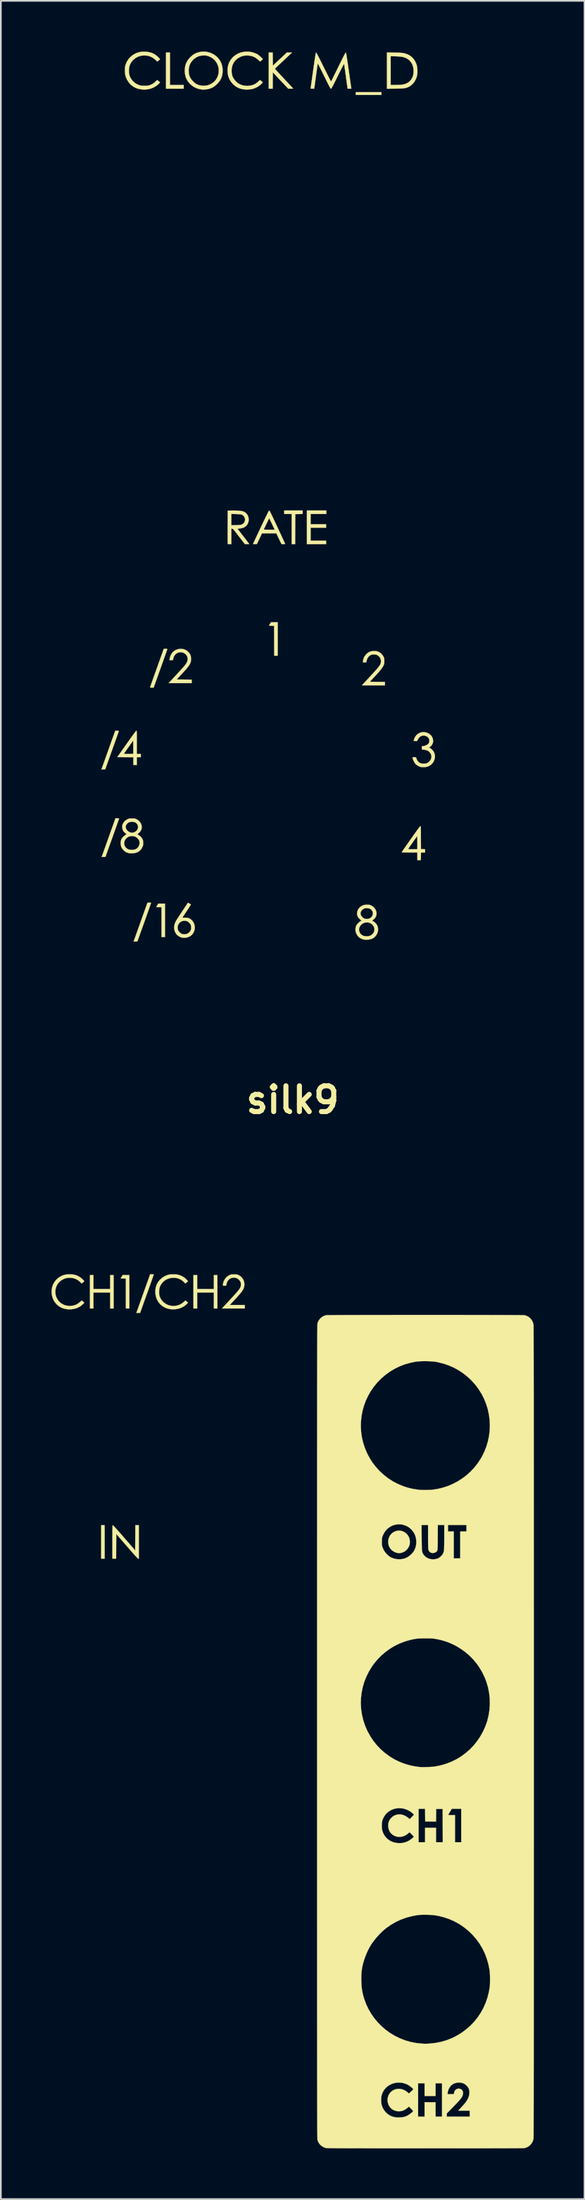
<source format=kicad_pcb>
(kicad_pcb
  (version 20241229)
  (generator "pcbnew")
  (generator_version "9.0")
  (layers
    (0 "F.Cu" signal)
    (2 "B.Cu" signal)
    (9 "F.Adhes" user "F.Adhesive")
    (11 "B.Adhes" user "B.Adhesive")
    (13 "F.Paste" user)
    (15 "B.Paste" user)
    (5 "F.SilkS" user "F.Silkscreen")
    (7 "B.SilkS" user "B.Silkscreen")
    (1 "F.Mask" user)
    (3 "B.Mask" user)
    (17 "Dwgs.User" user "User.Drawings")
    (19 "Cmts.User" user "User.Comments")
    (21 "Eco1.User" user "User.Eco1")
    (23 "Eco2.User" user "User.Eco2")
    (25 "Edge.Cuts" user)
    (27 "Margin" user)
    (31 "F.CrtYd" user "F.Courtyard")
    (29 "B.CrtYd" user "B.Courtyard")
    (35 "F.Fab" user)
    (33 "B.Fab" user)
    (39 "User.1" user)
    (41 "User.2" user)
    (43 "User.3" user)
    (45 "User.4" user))
  (footprint "silk9"
    (layer "F.Cu")
    (at 14.283 62.068)
    (property "Reference" "silk9" (at 0 0 0) (layer "F.SilkS") (effects (font (size 1.524 1.524) (thickness 0.3))))
    (attr through_hole)
    (fp_poly (pts (xy -11.135 27.157) (xy -11.341 27.157) (xy -11.341 25.178) (xy -11.135 25.178) (xy -11.135 27.157)) (stroke (width 0.01) (type solid)) (fill yes) (layer "F.SilkS"))
    (fp_poly (pts (xy 5.257 -59.498) (xy 3.736 -59.498) (xy 3.736 -59.66) (xy 5.257 -59.66) (xy 5.257 -59.498)) (stroke (width 0.01) (type solid)) (fill yes) (layer "F.SilkS"))
    (fp_poly (pts (xy -7.266 -60.089) (xy -6.453 -60.089) (xy -6.453 -59.867) (xy -7.502 -59.867) (xy -7.502 -62.008) (xy -7.266 -62.008) (xy -7.266 -60.089)) (stroke (width 0.01) (type solid)) (fill yes) (layer "F.SilkS"))
    (fp_poly (pts (xy -9.673 12.346) (xy -9.879 12.346) (xy -9.879 10.574) (xy -10.033 10.57) (xy -10.187 10.566) (xy -10.127 10.466) (xy -10.068 10.367) (xy -9.673 10.367) (xy -9.673 12.346)) (stroke (width 0.01) (type solid)) (fill yes) (layer "F.SilkS"))
    (fp_poly (pts (xy 0.591 -34.69) (xy 0.373 -34.685) (xy 0.155 -34.681) (xy 0.151 -33.792) (xy 0.147 -32.902) (xy -0.059 -32.902) (xy -0.059 -34.689) (xy -0.502 -34.689) (xy -0.502 -34.895) (xy 0.591 -34.895) (xy 0.591 -34.69)) (stroke (width 0.01) (type solid)) (fill yes) (layer "F.SilkS"))
    (fp_poly (pts (xy -11.799 11.194) (xy -10.81 11.194) (xy -10.81 10.367) (xy -10.603 10.367) (xy -10.603 12.346) (xy -10.81 12.346) (xy -10.81 11.4) (xy -11.799 11.4) (xy -11.799 12.346) (xy -12.006 12.346) (xy -12.006 10.367) (xy -11.799 10.367) (xy -11.799 11.194)) (stroke (width 0.01) (type solid)) (fill yes) (layer "F.SilkS"))
    (fp_poly (pts (xy -5.656 11.194) (xy -4.667 11.194) (xy -4.667 10.367) (xy -4.46 10.367) (xy -4.46 12.346) (xy -4.667 12.346) (xy -4.667 11.4) (xy -5.656 11.4) (xy -5.656 12.346) (xy -5.877 12.346) (xy -5.877 10.367) (xy -5.656 10.367) (xy -5.656 11.194)) (stroke (width 0.01) (type solid)) (fill yes) (layer "F.SilkS"))
    (fp_poly (pts (xy 1.994 -34.689) (xy 1.063 -34.689) (xy 1.063 -34.083) (xy 1.979 -34.083) (xy 1.979 -33.877) (xy 1.063 -33.877) (xy 1.063 -33.109) (xy 1.979 -33.109) (xy 1.979 -32.902) (xy 0.842 -32.902) (xy 0.842 -34.895) (xy 1.994 -34.895) (xy 1.994 -34.689)) (stroke (width 0.01) (type solid)) (fill yes) (layer "F.SilkS"))
    (fp_poly (pts (xy -0.886 -26.301) (xy -1.093 -26.301) (xy -1.1 -28.066) (xy -1.253 -28.07) (xy -1.325 -28.072) (xy -1.37 -28.076) (xy -1.391 -28.086) (xy -1.391 -28.107) (xy -1.373 -28.143) (xy -1.338 -28.197) (xy -1.337 -28.198) (xy -1.285 -28.28) (xy -0.886 -28.28) (xy -0.886 -26.301)) (stroke (width 0.01) (type solid)) (fill yes) (layer "F.SilkS"))
    (fp_poly (pts (xy -7.561 -9.643) (xy -7.768 -9.643) (xy -7.768 -11.415) (xy -7.923 -11.415) (xy -7.986 -11.416) (xy -8.037 -11.418) (xy -8.07 -11.421) (xy -8.078 -11.423) (xy -8.07 -11.438) (xy -8.051 -11.472) (xy -8.023 -11.517) (xy -8.017 -11.526) (xy -7.957 -11.622) (xy -7.561 -11.622) (xy -7.561 -9.643)) (stroke (width 0.01) (type solid)) (fill yes) (layer "F.SilkS"))
    (fp_poly (pts (xy -8.402 -11.675) (xy -8.389 -11.667) (xy -8.388 -11.663) (xy -8.393 -11.647) (xy -8.407 -11.604) (xy -8.43 -11.539) (xy -8.46 -11.451) (xy -8.497 -11.345) (xy -8.541 -11.221) (xy -8.59 -11.082) (xy -8.644 -10.93) (xy -8.702 -10.767) (xy -8.763 -10.595) (xy -8.792 -10.514) (xy -9.196 -9.385) (xy -9.421 -9.376) (xy -9.362 -9.543) (xy -9.346 -9.585) (xy -9.322 -9.652) (xy -9.291 -9.742) (xy -9.252 -9.851) (xy -9.207 -9.977) (xy -9.157 -10.117) (xy -9.102 -10.268) (xy -9.045 -10.428) (xy -8.986 -10.594) (xy -8.951 -10.692) (xy -8.6 -11.674) (xy -8.494 -11.678) (xy -8.435 -11.679) (xy -8.402 -11.675)) (stroke (width 0.01) (type solid)) (fill yes) (layer "F.SilkS"))
    (fp_poly (pts (xy -10.348 -21.854) (xy -10.31 -21.851) (xy -10.293 -21.846) (xy -10.293 -21.845) (xy -10.298 -21.829) (xy -10.312 -21.788) (xy -10.334 -21.724) (xy -10.365 -21.638) (xy -10.402 -21.532) (xy -10.446 -21.409) (xy -10.495 -21.271) (xy -10.549 -21.12) (xy -10.607 -20.957) (xy -10.668 -20.786) (xy -10.697 -20.704) (xy -11.102 -19.574) (xy -11.214 -19.57) (xy -11.327 -19.566) (xy -11.277 -19.703) (xy -11.264 -19.74) (xy -11.242 -19.801) (xy -11.211 -19.886) (xy -11.174 -19.991) (xy -11.13 -20.113) (xy -11.082 -20.249) (xy -11.028 -20.398) (xy -10.972 -20.557) (xy -10.913 -20.722) (xy -10.868 -20.848) (xy -10.508 -21.856) (xy -10.401 -21.856) (xy -10.348 -21.854)) (stroke (width 0.01) (type solid)) (fill yes) (layer "F.SilkS"))
    (fp_poly (pts (xy -10.334 -16.671) (xy -10.296 -16.667) (xy -10.279 -16.662) (xy -10.279 -16.661) (xy -10.284 -16.646) (xy -10.298 -16.605) (xy -10.32 -16.54) (xy -10.351 -16.454) (xy -10.388 -16.349) (xy -10.432 -16.226) (xy -10.481 -16.088) (xy -10.535 -15.936) (xy -10.593 -15.774) (xy -10.654 -15.602) (xy -10.683 -15.521) (xy -11.088 -14.391) (xy -11.2 -14.387) (xy -11.312 -14.382) (xy -11.252 -14.549) (xy -11.237 -14.591) (xy -11.213 -14.659) (xy -11.181 -14.748) (xy -11.142 -14.857) (xy -11.097 -14.983) (xy -11.048 -15.123) (xy -10.994 -15.275) (xy -10.936 -15.434) (xy -10.877 -15.6) (xy -10.844 -15.694) (xy -10.495 -16.672) (xy -10.386 -16.672) (xy -10.334 -16.671)) (stroke (width 0.01) (type solid)) (fill yes) (layer "F.SilkS"))
    (fp_poly (pts (xy -8.281 10.324) (xy -8.243 10.328) (xy -8.226 10.333) (xy -8.225 10.334) (xy -8.23 10.349) (xy -8.244 10.39) (xy -8.267 10.454) (xy -8.297 10.541) (xy -8.335 10.646) (xy -8.378 10.769) (xy -8.427 10.907) (xy -8.481 11.059) (xy -8.539 11.221) (xy -8.6 11.393) (xy -8.63 11.474) (xy -9.034 12.604) (xy -9.146 12.608) (xy -9.259 12.613) (xy -9.21 12.475) (xy -9.196 12.439) (xy -9.174 12.377) (xy -9.144 12.292) (xy -9.107 12.188) (xy -9.063 12.066) (xy -9.014 11.929) (xy -8.961 11.78) (xy -8.904 11.621) (xy -8.845 11.456) (xy -8.8 11.33) (xy -8.441 10.322) (xy -8.333 10.322) (xy -8.281 10.324)) (stroke (width 0.01) (type solid)) (fill yes) (layer "F.SilkS"))
    (fp_poly (pts (xy 6.467 25.519) (xy 6.589 25.569) (xy 6.701 25.645) (xy 6.732 25.673) (xy 6.823 25.776) (xy 6.887 25.886) (xy 6.925 26.009) (xy 6.939 26.145) (xy 6.937 26.207) (xy 6.932 26.28) (xy 6.923 26.336) (xy 6.907 26.388) (xy 6.881 26.447) (xy 6.878 26.452) (xy 6.807 26.57) (xy 6.715 26.669) (xy 6.607 26.746) (xy 6.484 26.798) (xy 6.4 26.818) (xy 6.348 26.826) (xy 6.311 26.83) (xy 6.275 26.828) (xy 6.231 26.823) (xy 6.19 26.816) (xy 6.086 26.786) (xy 5.982 26.735) (xy 5.884 26.666) (xy 5.802 26.586) (xy 5.74 26.499) (xy 5.735 26.489) (xy 5.684 26.359) (xy 5.659 26.228) (xy 5.659 26.098) (xy 5.682 25.973) (xy 5.727 25.856) (xy 5.793 25.75) (xy 5.877 25.658) (xy 5.978 25.584) (xy 6.096 25.53) (xy 6.203 25.504) (xy 6.337 25.497) (xy 6.467 25.519)) (stroke (width 0.01) (type solid)) (fill yes) (layer "F.SilkS"))
    (fp_poly (pts (xy -9.112 27.157) (xy -9.145 27.157) (xy -9.157 27.151) (xy -9.178 27.134) (xy -9.209 27.104) (xy -9.252 27.06) (xy -9.307 27) (xy -9.376 26.924) (xy -9.46 26.83) (xy -9.559 26.717) (xy -9.675 26.585) (xy -9.81 26.431) (xy -9.813 26.427) (xy -10.448 25.697) (xy -10.452 26.427) (xy -10.456 27.157) (xy -10.677 27.157) (xy -10.677 26.168) (xy -10.677 25.973) (xy -10.677 25.805) (xy -10.676 25.663) (xy -10.676 25.544) (xy -10.675 25.446) (xy -10.674 25.368) (xy -10.673 25.306) (xy -10.671 25.26) (xy -10.669 25.226) (xy -10.666 25.203) (xy -10.662 25.189) (xy -10.658 25.182) (xy -10.653 25.179) (xy -10.65 25.178) (xy -10.634 25.19) (xy -10.6 25.223) (xy -10.547 25.278) (xy -10.477 25.355) (xy -10.39 25.452) (xy -10.285 25.57) (xy -10.164 25.707) (xy -10.028 25.864) (xy -9.974 25.926) (xy -9.326 26.673) (xy -9.322 25.926) (xy -9.318 25.178) (xy -9.112 25.178) (xy -9.112 27.157)) (stroke (width 0.01) (type solid)) (fill yes) (layer "F.SilkS"))
    (fp_poly (pts (xy -7.559 -26.712) (xy -7.526 -26.711) (xy -7.47 -26.708) (xy -7.438 -26.702) (xy -7.425 -26.693) (xy -7.425 -26.685) (xy -7.43 -26.668) (xy -7.445 -26.625) (xy -7.468 -26.559) (xy -7.499 -26.471) (xy -7.537 -26.364) (xy -7.581 -26.24) (xy -7.63 -26.1) (xy -7.684 -25.948) (xy -7.742 -25.785) (xy -7.804 -25.613) (xy -7.831 -25.537) (xy -8.233 -24.411) (xy -8.342 -24.411) (xy -8.397 -24.411) (xy -8.429 -24.415) (xy -8.443 -24.422) (xy -8.444 -24.434) (xy -8.443 -24.436) (xy -8.437 -24.454) (xy -8.422 -24.497) (xy -8.399 -24.564) (xy -8.368 -24.652) (xy -8.329 -24.76) (xy -8.285 -24.884) (xy -8.236 -25.023) (xy -8.182 -25.174) (xy -8.124 -25.336) (xy -8.063 -25.506) (xy -8.048 -25.548) (xy -7.987 -25.72) (xy -7.928 -25.885) (xy -7.872 -26.04) (xy -7.821 -26.184) (xy -7.775 -26.313) (xy -7.734 -26.426) (xy -7.701 -26.521) (xy -7.674 -26.595) (xy -7.656 -26.646) (xy -7.647 -26.672) (xy -7.646 -26.674) (xy -7.637 -26.696) (xy -7.625 -26.708) (xy -7.601 -26.712) (xy -7.559 -26.712)) (stroke (width 0.01) (type solid)) (fill yes) (layer "F.SilkS"))
    (fp_poly (pts (xy -1.174 -61.23) (xy -0.761 -61.619) (xy -0.347 -62.008) (xy -0.037 -62.008) (xy -0.089 -61.959) (xy -0.111 -61.938) (xy -0.151 -61.9) (xy -0.209 -61.846) (xy -0.28 -61.779) (xy -0.362 -61.702) (xy -0.453 -61.617) (xy -0.55 -61.526) (xy -0.593 -61.486) (xy -0.69 -61.396) (xy -0.78 -61.311) (xy -0.862 -61.235) (xy -0.931 -61.17) (xy -0.988 -61.116) (xy -1.028 -61.078) (xy -1.05 -61.056) (xy -1.053 -61.052) (xy -1.045 -61.04) (xy -1.018 -61.008) (xy -0.974 -60.958) (xy -0.916 -60.894) (xy -0.844 -60.815) (xy -0.761 -60.726) (xy -0.669 -60.626) (xy -0.57 -60.52) (xy -0.515 -60.462) (xy -0.412 -60.352) (xy -0.316 -60.249) (xy -0.227 -60.155) (xy -0.149 -60.071) (xy -0.083 -59.999) (xy -0.03 -59.942) (xy 0.007 -59.901) (xy 0.027 -59.879) (xy 0.03 -59.875) (xy 0.016 -59.872) (xy -0.021 -59.869) (xy -0.075 -59.868) (xy -0.116 -59.867) (xy -0.262 -59.867) (xy -0.718 -60.351) (xy -1.174 -60.836) (xy -1.178 -60.351) (xy -1.182 -59.867) (xy -1.418 -59.867) (xy -1.418 -62.008) (xy -1.182 -62.008) (xy -1.174 -61.23)) (stroke (width 0.01) (type solid)) (fill yes) (layer "F.SilkS"))
    (fp_poly (pts (xy -9.252 -21.855) (xy -9.246 -21.851) (xy -9.242 -21.841) (xy -9.238 -21.823) (xy -9.235 -21.794) (xy -9.233 -21.752) (xy -9.232 -21.694) (xy -9.231 -21.617) (xy -9.23 -21.52) (xy -9.23 -21.4) (xy -9.23 -21.254) (xy -9.23 -21.169) (xy -9.23 -20.482) (xy -8.993 -20.482) (xy -8.993 -20.29) (xy -9.23 -20.29) (xy -9.23 -19.833) (xy -9.436 -19.833) (xy -9.436 -20.29) (xy -9.91 -20.294) (xy -10.383 -20.298) (xy -10.245 -20.495) (xy -9.995 -20.495) (xy -9.983 -20.491) (xy -9.945 -20.488) (xy -9.887 -20.485) (xy -9.813 -20.483) (xy -9.727 -20.482) (xy -9.725 -20.482) (xy -9.622 -20.483) (xy -9.546 -20.485) (xy -9.493 -20.488) (xy -9.46 -20.492) (xy -9.445 -20.499) (xy -9.443 -20.501) (xy -9.441 -20.52) (xy -9.44 -20.565) (xy -9.439 -20.631) (xy -9.439 -20.714) (xy -9.439 -20.81) (xy -9.44 -20.901) (xy -9.444 -21.282) (xy -9.717 -20.894) (xy -9.784 -20.8) (xy -9.845 -20.713) (xy -9.898 -20.636) (xy -9.942 -20.573) (xy -9.974 -20.527) (xy -9.992 -20.5) (xy -9.995 -20.495) (xy -10.245 -20.495) (xy -9.835 -21.077) (xy -9.716 -21.246) (xy -9.612 -21.392) (xy -9.524 -21.516) (xy -9.449 -21.618) (xy -9.389 -21.701) (xy -9.34 -21.765) (xy -9.304 -21.811) (xy -9.278 -21.84) (xy -9.262 -21.854) (xy -9.258 -21.856) (xy -9.252 -21.855)) (stroke (width 0.01) (type solid)) (fill yes) (layer "F.SilkS"))
    (fp_poly (pts (xy -6.453 -26.685) (xy -6.332 -26.637) (xy -6.224 -26.562) (xy -6.169 -26.509) (xy -6.103 -26.428) (xy -6.058 -26.348) (xy -6.032 -26.26) (xy -6.02 -26.156) (xy -6.02 -26.109) (xy -6.021 -26.044) (xy -6.027 -25.984) (xy -6.038 -25.927) (xy -6.057 -25.869) (xy -6.085 -25.81) (xy -6.122 -25.746) (xy -6.171 -25.675) (xy -6.234 -25.594) (xy -6.311 -25.502) (xy -6.405 -25.396) (xy -6.516 -25.274) (xy -6.646 -25.134) (xy -6.874 -24.891) (xy -6.427 -24.887) (xy -5.981 -24.883) (xy -5.981 -24.676) (xy -7.345 -24.676) (xy -7.3 -24.724) (xy -7.244 -24.785) (xy -7.175 -24.858) (xy -7.098 -24.942) (xy -7.014 -25.033) (xy -6.926 -25.128) (xy -6.837 -25.225) (xy -6.75 -25.32) (xy -6.666 -25.411) (xy -6.59 -25.495) (xy -6.523 -25.569) (xy -6.468 -25.63) (xy -6.429 -25.674) (xy -6.407 -25.699) (xy -6.325 -25.807) (xy -6.267 -25.905) (xy -6.233 -25.998) (xy -6.219 -26.088) (xy -6.222 -26.149) (xy -6.245 -26.248) (xy -6.291 -26.332) (xy -6.356 -26.402) (xy -6.435 -26.455) (xy -6.524 -26.49) (xy -6.619 -26.505) (xy -6.716 -26.499) (xy -6.81 -26.471) (xy -6.898 -26.419) (xy -6.927 -26.394) (xy -6.996 -26.316) (xy -7.044 -26.228) (xy -7.075 -26.122) (xy -7.076 -26.119) (xy -7.092 -26.035) (xy -7.295 -26.035) (xy -7.285 -26.105) (xy -7.254 -26.249) (xy -7.199 -26.376) (xy -7.123 -26.486) (xy -7.028 -26.575) (xy -6.915 -26.643) (xy -6.787 -26.687) (xy -6.725 -26.699) (xy -6.584 -26.706) (xy -6.453 -26.685)) (stroke (width 0.01) (type solid)) (fill yes) (layer "F.SilkS"))
    (fp_poly (pts (xy 6.021 -62.004) (xy 6.156 -62.002) (xy 6.265 -61.999) (xy 6.353 -61.995) (xy 6.425 -61.991) (xy 6.484 -61.985) (xy 6.534 -61.979) (xy 6.581 -61.97) (xy 6.598 -61.967) (xy 6.767 -61.916) (xy 6.918 -61.842) (xy 7.05 -61.746) (xy 7.162 -61.628) (xy 7.254 -61.489) (xy 7.325 -61.33) (xy 7.356 -61.232) (xy 7.375 -61.129) (xy 7.386 -61.008) (xy 7.389 -60.881) (xy 7.382 -60.756) (xy 7.366 -60.645) (xy 7.356 -60.601) (xy 7.304 -60.451) (xy 7.231 -60.311) (xy 7.141 -60.188) (xy 7.037 -60.084) (xy 6.923 -60.003) (xy 6.88 -59.981) (xy 6.823 -59.955) (xy 6.769 -59.933) (xy 6.715 -59.916) (xy 6.658 -59.902) (xy 6.593 -59.892) (xy 6.516 -59.884) (xy 6.424 -59.879) (xy 6.313 -59.875) (xy 6.179 -59.872) (xy 6.066 -59.87) (xy 5.582 -59.864) (xy 5.582 -60.089) (xy 5.804 -60.089) (xy 6.088 -60.089) (xy 6.201 -60.09) (xy 6.31 -60.094) (xy 6.407 -60.099) (xy 6.485 -60.106) (xy 6.508 -60.109) (xy 6.659 -60.145) (xy 6.793 -60.205) (xy 6.909 -60.288) (xy 7.006 -60.392) (xy 7.082 -60.518) (xy 7.127 -60.631) (xy 7.143 -60.705) (xy 7.154 -60.799) (xy 7.158 -60.902) (xy 7.156 -61.004) (xy 7.147 -61.094) (xy 7.142 -61.122) (xy 7.096 -61.273) (xy 7.027 -61.407) (xy 6.937 -61.522) (xy 6.826 -61.616) (xy 6.697 -61.689) (xy 6.565 -61.735) (xy 6.48 -61.752) (xy 6.373 -61.766) (xy 6.25 -61.777) (xy 6.119 -61.784) (xy 5.986 -61.787) (xy 5.985 -61.787) (xy 5.804 -61.787) (xy 5.804 -60.089) (xy 5.582 -60.089) (xy 5.582 -62.012) (xy 6.021 -62.004)) (stroke (width 0.01) (type solid)) (fill yes) (layer "F.SilkS"))
    (fp_poly (pts (xy 7.571 -16.213) (xy 7.576 -16.206) (xy 7.58 -16.193) (xy 7.583 -16.17) (xy 7.586 -16.135) (xy 7.588 -16.085) (xy 7.59 -16.017) (xy 7.591 -15.931) (xy 7.592 -15.822) (xy 7.593 -15.688) (xy 7.594 -15.532) (xy 7.598 -14.849) (xy 7.842 -14.84) (xy 7.842 -14.65) (xy 7.598 -14.642) (xy 7.594 -14.417) (xy 7.59 -14.192) (xy 7.384 -14.192) (xy 7.384 -14.649) (xy 6.917 -14.649) (xy 6.783 -14.65) (xy 6.669 -14.651) (xy 6.578 -14.653) (xy 6.511 -14.656) (xy 6.469 -14.659) (xy 6.456 -14.663) (xy 6.456 -14.663) (xy 6.465 -14.678) (xy 6.49 -14.714) (xy 6.528 -14.77) (xy 6.58 -14.845) (xy 6.59 -14.86) (xy 6.841 -14.86) (xy 6.845 -14.853) (xy 6.864 -14.848) (xy 6.902 -14.845) (xy 6.961 -14.842) (xy 7.044 -14.841) (xy 7.109 -14.841) (xy 7.384 -14.841) (xy 7.384 -15.236) (xy 7.383 -15.349) (xy 7.382 -15.446) (xy 7.38 -15.523) (xy 7.377 -15.579) (xy 7.374 -15.61) (xy 7.371 -15.616) (xy 7.357 -15.599) (xy 7.33 -15.561) (xy 7.292 -15.508) (xy 7.244 -15.441) (xy 7.19 -15.365) (xy 7.133 -15.283) (xy 7.074 -15.199) (xy 7.017 -15.117) (xy 6.964 -15.041) (xy 6.917 -14.973) (xy 6.88 -14.918) (xy 6.854 -14.879) (xy 6.842 -14.861) (xy 6.841 -14.86) (xy 6.59 -14.86) (xy 6.642 -14.935) (xy 6.715 -15.038) (xy 6.796 -15.154) (xy 6.883 -15.279) (xy 6.976 -15.412) (xy 7 -15.445) (xy 7.124 -15.623) (xy 7.234 -15.777) (xy 7.328 -15.909) (xy 7.407 -16.017) (xy 7.471 -16.102) (xy 7.518 -16.164) (xy 7.549 -16.201) (xy 7.564 -16.214) (xy 7.564 -16.214) (xy 7.571 -16.213)) (stroke (width 0.01) (type solid)) (fill yes) (layer "F.SilkS"))
    (fp_poly (pts (xy -3.392 10.33) (xy -3.336 10.332) (xy -3.295 10.337) (xy -3.26 10.346) (xy -3.225 10.36) (xy -3.187 10.378) (xy -3.079 10.447) (xy -2.99 10.536) (xy -2.923 10.641) (xy -2.878 10.759) (xy -2.858 10.885) (xy -2.865 11.012) (xy -2.878 11.073) (xy -2.895 11.132) (xy -2.921 11.192) (xy -2.955 11.255) (xy -3 11.324) (xy -3.058 11.402) (xy -3.13 11.49) (xy -3.218 11.592) (xy -3.324 11.709) (xy -3.449 11.845) (xy -3.452 11.847) (xy -3.724 12.139) (xy -2.835 12.139) (xy -2.835 12.346) (xy -4.184 12.346) (xy -4.155 12.312) (xy -4.138 12.294) (xy -4.104 12.257) (xy -4.055 12.203) (xy -3.993 12.136) (xy -3.92 12.058) (xy -3.84 11.971) (xy -3.757 11.88) (xy -3.622 11.734) (xy -3.505 11.607) (xy -3.406 11.498) (xy -3.324 11.404) (xy -3.255 11.324) (xy -3.2 11.256) (xy -3.157 11.197) (xy -3.124 11.147) (xy -3.1 11.102) (xy -3.084 11.061) (xy -3.074 11.021) (xy -3.068 10.982) (xy -3.066 10.941) (xy -3.066 10.923) (xy -3.067 10.861) (xy -3.074 10.815) (xy -3.091 10.773) (xy -3.11 10.736) (xy -3.174 10.649) (xy -3.254 10.584) (xy -3.344 10.541) (xy -3.44 10.52) (xy -3.538 10.521) (xy -3.634 10.544) (xy -3.723 10.588) (xy -3.801 10.654) (xy -3.864 10.741) (xy -3.87 10.752) (xy -3.889 10.8) (xy -3.908 10.861) (xy -3.918 10.903) (xy -3.937 10.994) (xy -4.029 10.999) (xy -4.083 10.999) (xy -4.116 10.992) (xy -4.131 10.97) (xy -4.132 10.931) (xy -4.122 10.868) (xy -4.121 10.865) (xy -4.082 10.732) (xy -4.019 10.612) (xy -3.935 10.507) (xy -3.833 10.422) (xy -3.755 10.377) (xy -3.712 10.357) (xy -3.676 10.344) (xy -3.639 10.336) (xy -3.595 10.332) (xy -3.535 10.33) (xy -3.47 10.33) (xy -3.392 10.33)) (stroke (width 0.01) (type solid)) (fill yes) (layer "F.SilkS"))
    (fp_poly (pts (xy -13.061 10.329) (xy -12.93 10.348) (xy -12.811 10.382) (xy -12.695 10.435) (xy -12.597 10.493) (xy -12.55 10.526) (xy -12.498 10.568) (xy -12.447 10.615) (xy -12.401 10.66) (xy -12.366 10.698) (xy -12.347 10.726) (xy -12.346 10.733) (xy -12.356 10.748) (xy -12.385 10.775) (xy -12.422 10.806) (xy -12.498 10.866) (xy -12.59 10.774) (xy -12.71 10.674) (xy -12.844 10.6) (xy -12.991 10.552) (xy -13.15 10.531) (xy -13.198 10.529) (xy -13.318 10.535) (xy -13.423 10.553) (xy -13.526 10.587) (xy -13.579 10.61) (xy -13.714 10.688) (xy -13.829 10.786) (xy -13.923 10.903) (xy -13.993 11.036) (xy -14.038 11.182) (xy -14.054 11.293) (xy -14.052 11.453) (xy -14.023 11.604) (xy -13.966 11.745) (xy -13.883 11.874) (xy -13.812 11.954) (xy -13.692 12.054) (xy -13.558 12.127) (xy -13.41 12.174) (xy -13.25 12.194) (xy -13.143 12.193) (xy -12.988 12.173) (xy -12.847 12.129) (xy -12.717 12.059) (xy -12.592 11.961) (xy -12.584 11.954) (xy -12.497 11.873) (xy -12.421 11.933) (xy -12.383 11.966) (xy -12.355 11.991) (xy -12.346 12.004) (xy -12.356 12.022) (xy -12.385 12.053) (xy -12.426 12.093) (xy -12.474 12.136) (xy -12.524 12.177) (xy -12.57 12.213) (xy -12.597 12.231) (xy -12.75 12.309) (xy -12.917 12.363) (xy -13.095 12.393) (xy -13.278 12.397) (xy -13.375 12.389) (xy -13.547 12.354) (xy -13.705 12.294) (xy -13.846 12.212) (xy -13.971 12.109) (xy -14.077 11.987) (xy -14.162 11.848) (xy -14.225 11.695) (xy -14.264 11.53) (xy -14.278 11.354) (xy -14.275 11.274) (xy -14.25 11.104) (xy -14.198 10.944) (xy -14.12 10.796) (xy -14.02 10.663) (xy -13.898 10.548) (xy -13.756 10.453) (xy -13.733 10.441) (xy -13.616 10.388) (xy -13.501 10.351) (xy -13.378 10.33) (xy -13.238 10.323) (xy -13.211 10.323) (xy -13.061 10.329)) (stroke (width 0.01) (type solid)) (fill yes) (layer "F.SilkS"))
    (fp_poly (pts (xy -6.876 10.333) (xy -6.778 10.35) (xy -6.683 10.38) (xy -6.584 10.422) (xy -6.559 10.434) (xy -6.471 10.481) (xy -6.399 10.531) (xy -6.329 10.593) (xy -6.311 10.61) (xy -6.266 10.656) (xy -6.23 10.695) (xy -6.207 10.723) (xy -6.202 10.732) (xy -6.213 10.748) (xy -6.242 10.775) (xy -6.28 10.806) (xy -6.358 10.865) (xy -6.453 10.77) (xy -6.534 10.698) (xy -6.621 10.641) (xy -6.666 10.618) (xy -6.767 10.575) (xy -6.86 10.548) (xy -6.958 10.533) (xy -7.069 10.529) (xy -7.225 10.543) (xy -7.373 10.583) (xy -7.51 10.646) (xy -7.631 10.732) (xy -7.735 10.838) (xy -7.818 10.962) (xy -7.873 11.086) (xy -7.894 11.169) (xy -7.906 11.268) (xy -7.91 11.375) (xy -7.906 11.479) (xy -7.894 11.571) (xy -7.88 11.622) (xy -7.818 11.763) (xy -7.733 11.887) (xy -7.629 11.992) (xy -7.508 12.078) (xy -7.374 12.141) (xy -7.23 12.182) (xy -7.079 12.198) (xy -6.922 12.187) (xy -6.831 12.169) (xy -6.697 12.124) (xy -6.576 12.059) (xy -6.461 11.97) (xy -6.452 11.962) (xy -6.356 11.876) (xy -6.279 11.934) (xy -6.24 11.966) (xy -6.212 11.991) (xy -6.202 12.005) (xy -6.212 12.02) (xy -6.239 12.049) (xy -6.279 12.089) (xy -6.302 12.112) (xy -6.432 12.214) (xy -6.579 12.294) (xy -6.74 12.353) (xy -6.911 12.388) (xy -7.09 12.399) (xy -7.229 12.389) (xy -7.404 12.354) (xy -7.564 12.294) (xy -7.707 12.211) (xy -7.833 12.107) (xy -7.939 11.983) (xy -8.024 11.843) (xy -8.086 11.686) (xy -8.123 11.516) (xy -8.133 11.415) (xy -8.13 11.234) (xy -8.1 11.067) (xy -8.045 10.913) (xy -7.963 10.771) (xy -7.871 10.657) (xy -7.738 10.536) (xy -7.591 10.44) (xy -7.435 10.373) (xy -7.379 10.355) (xy -7.328 10.343) (xy -7.271 10.334) (xy -7.202 10.329) (xy -7.118 10.326) (xy -6.987 10.325) (xy -6.876 10.333)) (stroke (width 0.01) (type solid)) (fill yes) (layer "F.SilkS"))
    (fp_poly (pts (xy -1.385 -34.89) (xy -1.375 -34.879) (xy -1.361 -34.859) (xy -1.342 -34.827) (xy -1.318 -34.782) (xy -1.288 -34.722) (xy -1.251 -34.646) (xy -1.205 -34.552) (xy -1.151 -34.438) (xy -1.087 -34.303) (xy -1.013 -34.144) (xy -0.927 -33.961) (xy -0.903 -33.91) (xy -0.829 -33.75) (xy -0.758 -33.598) (xy -0.692 -33.455) (xy -0.631 -33.325) (xy -0.577 -33.208) (xy -0.531 -33.108) (xy -0.494 -33.026) (xy -0.466 -32.965) (xy -0.449 -32.926) (xy -0.443 -32.912) (xy -0.457 -32.907) (xy -0.492 -32.905) (xy -0.543 -32.905) (xy -0.554 -32.905) (xy -0.664 -32.909) (xy -0.969 -33.544) (xy -1.817 -33.544) (xy -2.12 -32.909) (xy -2.235 -32.905) (xy -2.293 -32.903) (xy -2.326 -32.905) (xy -2.342 -32.91) (xy -2.344 -32.921) (xy -2.342 -32.927) (xy -2.334 -32.944) (xy -2.315 -32.986) (xy -2.285 -33.051) (xy -2.246 -33.135) (xy -2.198 -33.238) (xy -2.143 -33.356) (xy -2.081 -33.488) (xy -2.013 -33.631) (xy -1.944 -33.777) (xy -1.708 -33.777) (xy -1.705 -33.771) (xy -1.687 -33.766) (xy -1.651 -33.762) (xy -1.594 -33.76) (xy -1.514 -33.759) (xy -1.408 -33.758) (xy -1.391 -33.758) (xy -1.065 -33.758) (xy -1.129 -33.895) (xy -1.201 -34.048) (xy -1.262 -34.177) (xy -1.312 -34.28) (xy -1.35 -34.357) (xy -1.376 -34.409) (xy -1.391 -34.434) (xy -1.394 -34.436) (xy -1.401 -34.422) (xy -1.419 -34.386) (xy -1.445 -34.332) (xy -1.477 -34.264) (xy -1.514 -34.188) (xy -1.553 -34.107) (xy -1.591 -34.026) (xy -1.628 -33.949) (xy -1.66 -33.881) (xy -1.686 -33.827) (xy -1.703 -33.79) (xy -1.708 -33.777) (xy -1.944 -33.777) (xy -1.941 -33.784) (xy -1.876 -33.921) (xy -1.784 -34.116) (xy -1.703 -34.287) (xy -1.633 -34.433) (xy -1.573 -34.556) (xy -1.523 -34.657) (xy -1.482 -34.739) (xy -1.45 -34.802) (xy -1.425 -34.847) (xy -1.407 -34.876) (xy -1.395 -34.89) (xy -1.392 -34.892) (xy -1.385 -34.89)) (stroke (width 0.01) (type solid)) (fill yes) (layer "F.SilkS"))
    (fp_poly (pts (xy 4.97 -26.565) (xy 5.069 -26.537) (xy 5.16 -26.49) (xy 5.247 -26.42) (xy 5.323 -26.334) (xy 5.379 -26.244) (xy 5.4 -26.199) (xy 5.414 -26.162) (xy 5.422 -26.124) (xy 5.426 -26.076) (xy 5.427 -26.011) (xy 5.427 -25.984) (xy 5.427 -25.911) (xy 5.424 -25.858) (xy 5.417 -25.817) (xy 5.405 -25.779) (xy 5.385 -25.734) (xy 5.374 -25.71) (xy 5.345 -25.655) (xy 5.308 -25.596) (xy 5.262 -25.531) (xy 5.205 -25.457) (xy 5.133 -25.372) (xy 5.047 -25.273) (xy 4.942 -25.158) (xy 4.847 -25.055) (xy 4.776 -24.979) (xy 4.711 -24.909) (xy 4.657 -24.849) (xy 4.615 -24.802) (xy 4.588 -24.771) (xy 4.578 -24.759) (xy 4.592 -24.756) (xy 4.632 -24.755) (xy 4.695 -24.753) (xy 4.776 -24.752) (xy 4.872 -24.751) (xy 4.98 -24.75) (xy 5.021 -24.75) (xy 5.464 -24.75) (xy 5.464 -24.543) (xy 4.1 -24.543) (xy 4.131 -24.577) (xy 4.147 -24.595) (xy 4.181 -24.632) (xy 4.231 -24.685) (xy 4.294 -24.753) (xy 4.367 -24.833) (xy 4.449 -24.921) (xy 4.538 -25.017) (xy 4.571 -25.053) (xy 4.703 -25.196) (xy 4.816 -25.32) (xy 4.912 -25.427) (xy 4.992 -25.518) (xy 5.057 -25.596) (xy 5.109 -25.663) (xy 5.15 -25.72) (xy 5.18 -25.771) (xy 5.201 -25.816) (xy 5.215 -25.859) (xy 5.223 -25.9) (xy 5.227 -25.943) (xy 5.228 -25.98) (xy 5.214 -26.087) (xy 5.173 -26.182) (xy 5.108 -26.264) (xy 5.02 -26.328) (xy 4.979 -26.349) (xy 4.917 -26.366) (xy 4.837 -26.373) (xy 4.753 -26.371) (xy 4.675 -26.359) (xy 4.62 -26.34) (xy 4.538 -26.284) (xy 4.467 -26.207) (xy 4.413 -26.113) (xy 4.379 -26.01) (xy 4.373 -25.979) (xy 4.364 -25.909) (xy 4.264 -25.905) (xy 4.164 -25.901) (xy 4.165 -25.957) (xy 4.179 -26.069) (xy 4.218 -26.182) (xy 4.278 -26.29) (xy 4.355 -26.388) (xy 4.447 -26.469) (xy 4.49 -26.497) (xy 4.596 -26.544) (xy 4.717 -26.571) (xy 4.845 -26.579) (xy 4.97 -26.565)) (stroke (width 0.01) (type solid)) (fill yes) (layer "F.SilkS"))
    (fp_poly (pts (xy -2.555 -62.054) (xy -2.418 -62.029) (xy -2.281 -61.99) (xy -2.155 -61.939) (xy -2.086 -61.903) (xy -2.045 -61.876) (xy -1.996 -61.837) (xy -1.941 -61.791) (xy -1.887 -61.742) (xy -1.839 -61.696) (xy -1.8 -61.656) (xy -1.777 -61.626) (xy -1.772 -61.615) (xy -1.783 -61.598) (xy -1.812 -61.571) (xy -1.853 -61.538) (xy -1.854 -61.537) (xy -1.936 -61.475) (xy -2.044 -61.577) (xy -2.17 -61.68) (xy -2.305 -61.756) (xy -2.451 -61.805) (xy -2.611 -61.83) (xy -2.696 -61.833) (xy -2.838 -61.826) (xy -2.965 -61.802) (xy -3.084 -61.759) (xy -3.123 -61.74) (xy -3.265 -61.655) (xy -3.384 -61.551) (xy -3.48 -61.43) (xy -3.551 -61.293) (xy -3.597 -61.141) (xy -3.617 -60.976) (xy -3.618 -60.93) (xy -3.608 -60.776) (xy -3.578 -60.638) (xy -3.525 -60.514) (xy -3.447 -60.397) (xy -3.361 -60.301) (xy -3.291 -60.235) (xy -3.23 -60.186) (xy -3.168 -60.148) (xy -3.131 -60.129) (xy -2.981 -60.072) (xy -2.822 -60.041) (xy -2.66 -60.033) (xy -2.5 -60.05) (xy -2.348 -60.091) (xy -2.217 -60.152) (xy -2.167 -60.184) (xy -2.109 -60.229) (xy -2.051 -60.278) (xy -2.039 -60.289) (xy -1.941 -60.381) (xy -1.857 -60.32) (xy -1.815 -60.287) (xy -1.785 -60.259) (xy -1.773 -60.242) (xy -1.773 -60.242) (xy -1.783 -60.225) (xy -1.81 -60.194) (xy -1.85 -60.152) (xy -1.885 -60.119) (xy -1.993 -60.033) (xy -2.118 -59.956) (xy -2.25 -59.894) (xy -2.38 -59.852) (xy -2.4 -59.847) (xy -2.517 -59.828) (xy -2.647 -59.818) (xy -2.776 -59.817) (xy -2.88 -59.824) (xy -3.059 -59.858) (xy -3.221 -59.916) (xy -3.37 -60) (xy -3.506 -60.11) (xy -3.531 -60.133) (xy -3.649 -60.27) (xy -3.741 -60.42) (xy -3.806 -60.582) (xy -3.845 -60.758) (xy -3.858 -60.947) (xy -3.852 -61.073) (xy -3.823 -61.244) (xy -3.768 -61.403) (xy -3.69 -61.549) (xy -3.591 -61.68) (xy -3.472 -61.795) (xy -3.337 -61.891) (xy -3.187 -61.968) (xy -3.025 -62.023) (xy -2.852 -62.055) (xy -2.671 -62.063) (xy -2.555 -62.054)) (stroke (width 0.01) (type solid)) (fill yes) (layer "F.SilkS"))
    (fp_poly (pts (xy -5.111 -62.052) (xy -4.94 -62.014) (xy -4.777 -61.952) (xy -4.626 -61.866) (xy -4.49 -61.758) (xy -4.385 -61.644) (xy -4.289 -61.505) (xy -4.219 -61.362) (xy -4.173 -61.21) (xy -4.15 -61.044) (xy -4.147 -60.938) (xy -4.157 -60.764) (xy -4.187 -60.608) (xy -4.24 -60.466) (xy -4.317 -60.332) (xy -4.421 -60.202) (xy -4.474 -60.147) (xy -4.595 -60.038) (xy -4.715 -59.955) (xy -4.842 -59.893) (xy -4.965 -59.854) (xy -5.042 -59.838) (xy -5.133 -59.825) (xy -5.226 -59.817) (xy -5.311 -59.814) (xy -5.375 -59.817) (xy -5.563 -59.852) (xy -5.734 -59.911) (xy -5.889 -59.995) (xy -6.03 -60.105) (xy -6.108 -60.182) (xy -6.214 -60.314) (xy -6.294 -60.451) (xy -6.348 -60.597) (xy -6.38 -60.758) (xy -6.39 -60.879) (xy -6.389 -60.93) (xy -6.158 -60.93) (xy -6.148 -60.774) (xy -6.116 -60.635) (xy -6.061 -60.509) (xy -5.98 -60.39) (xy -5.907 -60.309) (xy -5.822 -60.229) (xy -5.744 -60.169) (xy -5.662 -60.123) (xy -5.574 -60.087) (xy -5.419 -60.048) (xy -5.259 -60.038) (xy -5.096 -60.056) (xy -4.988 -60.083) (xy -4.879 -60.128) (xy -4.77 -60.191) (xy -4.67 -60.265) (xy -4.589 -60.345) (xy -4.584 -60.351) (xy -4.495 -60.482) (xy -4.43 -60.624) (xy -4.391 -60.772) (xy -4.376 -60.924) (xy -4.386 -61.075) (xy -4.42 -61.222) (xy -4.479 -61.361) (xy -4.562 -61.488) (xy -4.606 -61.54) (xy -4.712 -61.64) (xy -4.822 -61.716) (xy -4.945 -61.775) (xy -4.991 -61.792) (xy -5.059 -61.814) (xy -5.118 -61.828) (xy -5.178 -61.835) (xy -5.254 -61.837) (xy -5.265 -61.837) (xy -5.426 -61.824) (xy -5.575 -61.786) (xy -5.714 -61.72) (xy -5.843 -61.626) (xy -5.901 -61.572) (xy -6.004 -61.451) (xy -6.08 -61.319) (xy -6.13 -61.173) (xy -6.155 -61.013) (xy -6.158 -60.93) (xy -6.389 -60.93) (xy -6.386 -61.065) (xy -6.358 -61.235) (xy -6.304 -61.392) (xy -6.224 -61.539) (xy -6.117 -61.677) (xy -6.062 -61.735) (xy -5.938 -61.845) (xy -5.812 -61.93) (xy -5.675 -61.992) (xy -5.521 -62.035) (xy -5.463 -62.047) (xy -5.286 -62.063) (xy -5.111 -62.052)) (stroke (width 0.01) (type solid)) (fill yes) (layer "F.SilkS"))
    (fp_poly (pts (xy -6.189 -11.667) (xy -6.157 -11.652) (xy -6.115 -11.628) (xy -6.072 -11.602) (xy -6.035 -11.575) (xy -6.027 -11.569) (xy -6.033 -11.556) (xy -6.054 -11.521) (xy -6.088 -11.468) (xy -6.132 -11.399) (xy -6.185 -11.318) (xy -6.245 -11.227) (xy -6.279 -11.176) (xy -6.536 -10.788) (xy -6.373 -10.788) (xy -6.298 -10.787) (xy -6.243 -10.784) (xy -6.202 -10.777) (xy -6.164 -10.765) (xy -6.126 -10.748) (xy -6.02 -10.683) (xy -5.933 -10.597) (xy -5.865 -10.494) (xy -5.819 -10.379) (xy -5.797 -10.254) (xy -5.802 -10.125) (xy -5.802 -10.119) (xy -5.836 -9.988) (xy -5.892 -9.872) (xy -5.971 -9.774) (xy -6.068 -9.696) (xy -6.182 -9.64) (xy -6.311 -9.607) (xy -6.421 -9.599) (xy -6.504 -9.604) (xy -6.578 -9.617) (xy -6.609 -9.625) (xy -6.729 -9.679) (xy -6.827 -9.75) (xy -6.906 -9.84) (xy -6.963 -9.942) (xy -7.007 -10.071) (xy -7.021 -10.206) (xy -7.018 -10.24) (xy -6.814 -10.24) (xy -6.811 -10.139) (xy -6.788 -10.053) (xy -6.757 -9.998) (xy -6.709 -9.939) (xy -6.652 -9.885) (xy -6.594 -9.843) (xy -6.555 -9.824) (xy -6.472 -9.809) (xy -6.38 -9.808) (xy -6.292 -9.822) (xy -6.239 -9.841) (xy -6.172 -9.882) (xy -6.109 -9.94) (xy -6.058 -10.005) (xy -6.028 -10.069) (xy -6.014 -10.141) (xy -6.011 -10.222) (xy -6.018 -10.302) (xy -6.035 -10.367) (xy -6.038 -10.374) (xy -6.073 -10.429) (xy -6.124 -10.487) (xy -6.184 -10.539) (xy -6.243 -10.578) (xy -6.27 -10.589) (xy -6.318 -10.6) (xy -6.379 -10.608) (xy -6.416 -10.609) (xy -6.519 -10.596) (xy -6.61 -10.558) (xy -6.688 -10.499) (xy -6.75 -10.424) (xy -6.793 -10.337) (xy -6.814 -10.24) (xy -7.018 -10.24) (xy -7.007 -10.344) (xy -6.964 -10.485) (xy -6.9 -10.616) (xy -6.885 -10.64) (xy -6.857 -10.685) (xy -6.817 -10.747) (xy -6.767 -10.822) (xy -6.71 -10.909) (xy -6.648 -11.003) (xy -6.583 -11.102) (xy -6.517 -11.202) (xy -6.452 -11.3) (xy -6.39 -11.393) (xy -6.334 -11.477) (xy -6.285 -11.551) (xy -6.246 -11.609) (xy -6.218 -11.649) (xy -6.204 -11.669) (xy -6.204 -11.67) (xy -6.189 -11.667)) (stroke (width 0.01) (type solid)) (fill yes) (layer "F.SilkS"))
    (fp_poly (pts (xy -3.286 -34.888) (xy -3.154 -34.879) (xy -3.044 -34.866) (xy -2.958 -34.848) (xy -2.923 -34.837) (xy -2.863 -34.81) (xy -2.804 -34.773) (xy -2.778 -34.753) (xy -2.7 -34.669) (xy -2.645 -34.572) (xy -2.613 -34.468) (xy -2.602 -34.36) (xy -2.613 -34.252) (xy -2.644 -34.149) (xy -2.694 -34.054) (xy -2.764 -33.972) (xy -2.852 -33.908) (xy -2.917 -33.878) (xy -2.97 -33.862) (xy -3.039 -33.846) (xy -3.112 -33.833) (xy -3.13 -33.831) (xy -3.264 -33.814) (xy -3.224 -33.76) (xy -3.205 -33.736) (xy -3.171 -33.691) (xy -3.124 -33.629) (xy -3.066 -33.554) (xy -3 -33.469) (xy -2.928 -33.376) (xy -2.887 -33.323) (xy -2.815 -33.23) (xy -2.749 -33.144) (xy -2.69 -33.068) (xy -2.642 -33.004) (xy -2.606 -32.957) (xy -2.584 -32.928) (xy -2.579 -32.92) (xy -2.58 -32.911) (xy -2.6 -32.906) (xy -2.642 -32.903) (xy -2.698 -32.903) (xy -2.828 -32.903) (xy -3.181 -33.36) (xy -3.27 -33.476) (xy -3.343 -33.57) (xy -3.402 -33.645) (xy -3.449 -33.703) (xy -3.485 -33.747) (xy -3.513 -33.777) (xy -3.534 -33.798) (xy -3.551 -33.81) (xy -3.565 -33.816) (xy -3.578 -33.817) (xy -3.583 -33.817) (xy -3.633 -33.817) (xy -3.633 -32.902) (xy -3.737 -32.902) (xy -3.802 -32.905) (xy -3.839 -32.913) (xy -3.848 -32.92) (xy -3.849 -32.938) (xy -3.85 -32.983) (xy -3.85 -33.052) (xy -3.851 -33.143) (xy -3.851 -33.254) (xy -3.852 -33.382) (xy -3.852 -33.524) (xy -3.851 -33.678) (xy -3.851 -33.842) (xy -3.851 -33.913) (xy -3.85 -34.021) (xy -3.633 -34.021) (xy -3.363 -34.028) (xy -3.255 -34.031) (xy -3.171 -34.036) (xy -3.108 -34.042) (xy -3.062 -34.049) (xy -3.028 -34.059) (xy -2.946 -34.104) (xy -2.884 -34.167) (xy -2.842 -34.242) (xy -2.822 -34.325) (xy -2.825 -34.41) (xy -2.851 -34.493) (xy -2.901 -34.568) (xy -2.929 -34.596) (xy -2.961 -34.621) (xy -2.995 -34.641) (xy -3.036 -34.656) (xy -3.088 -34.667) (xy -3.156 -34.674) (xy -3.243 -34.68) (xy -3.356 -34.684) (xy -3.363 -34.684) (xy -3.633 -34.693) (xy -3.633 -34.021) (xy -3.85 -34.021) (xy -3.847 -34.888) (xy -3.603 -34.892) (xy -3.437 -34.893) (xy -3.286 -34.888)) (stroke (width 0.01) (type solid)) (fill yes) (layer "F.SilkS"))
    (fp_poly (pts (xy -8.586 -62.045) (xy -8.417 -62.01) (xy -8.264 -61.953) (xy -8.124 -61.871) (xy -7.992 -61.764) (xy -7.978 -61.75) (xy -7.93 -61.702) (xy -7.891 -61.66) (xy -7.865 -61.629) (xy -7.856 -61.615) (xy -7.867 -61.598) (xy -7.896 -61.57) (xy -7.936 -61.537) (xy -7.938 -61.536) (xy -8.019 -61.473) (xy -8.128 -61.577) (xy -8.258 -61.681) (xy -8.401 -61.76) (xy -8.543 -61.809) (xy -8.627 -61.824) (xy -8.728 -61.831) (xy -8.835 -61.832) (xy -8.936 -61.824) (xy -9.021 -61.81) (xy -9.024 -61.809) (xy -9.173 -61.756) (xy -9.313 -61.677) (xy -9.437 -61.576) (xy -9.541 -61.457) (xy -9.568 -61.418) (xy -9.626 -61.312) (xy -9.666 -61.202) (xy -9.69 -61.078) (xy -9.698 -60.975) (xy -9.694 -60.811) (xy -9.667 -60.662) (xy -9.614 -60.527) (xy -9.536 -60.402) (xy -9.478 -60.333) (xy -9.359 -60.222) (xy -9.23 -60.137) (xy -9.092 -60.079) (xy -9.038 -60.062) (xy -8.991 -60.051) (xy -8.942 -60.044) (xy -8.883 -60.04) (xy -8.806 -60.039) (xy -8.772 -60.039) (xy -8.687 -60.039) (xy -8.623 -60.042) (xy -8.574 -60.047) (xy -8.53 -60.056) (xy -8.485 -60.07) (xy -8.466 -60.077) (xy -8.363 -60.118) (xy -8.277 -60.165) (xy -8.195 -60.225) (xy -8.124 -60.288) (xy -8.026 -60.381) (xy -7.941 -60.32) (xy -7.9 -60.287) (xy -7.869 -60.26) (xy -7.857 -60.242) (xy -7.857 -60.242) (xy -7.867 -60.225) (xy -7.894 -60.194) (xy -7.933 -60.153) (xy -7.964 -60.123) (xy -8.094 -60.02) (xy -8.243 -59.935) (xy -8.406 -59.872) (xy -8.579 -59.831) (xy -8.758 -59.814) (xy -8.938 -59.821) (xy -8.95 -59.823) (xy -9.138 -59.859) (xy -9.308 -59.919) (xy -9.459 -60.002) (xy -9.593 -60.108) (xy -9.708 -60.238) (xy -9.805 -60.391) (xy -9.828 -60.436) (xy -9.878 -60.552) (xy -9.911 -60.665) (xy -9.93 -60.784) (xy -9.937 -60.918) (xy -9.935 -61.002) (xy -9.931 -61.092) (xy -9.924 -61.161) (xy -9.914 -61.22) (xy -9.898 -61.279) (xy -9.887 -61.312) (xy -9.818 -61.471) (xy -9.724 -61.617) (xy -9.608 -61.747) (xy -9.472 -61.858) (xy -9.321 -61.946) (xy -9.303 -61.955) (xy -9.179 -62.004) (xy -9.055 -62.036) (xy -8.921 -62.054) (xy -8.772 -62.058) (xy -8.586 -62.045)) (stroke (width 0.01) (type solid)) (fill yes) (layer "F.SilkS"))
    (fp_poly (pts (xy 7.842 -21.769) (xy 7.969 -21.735) (xy 8.079 -21.679) (xy 8.171 -21.605) (xy 8.243 -21.516) (xy 8.291 -21.414) (xy 8.314 -21.301) (xy 8.316 -21.263) (xy 8.314 -21.199) (xy 8.305 -21.15) (xy 8.287 -21.1) (xy 8.267 -21.059) (xy 8.219 -20.98) (xy 8.162 -20.922) (xy 8.149 -20.912) (xy 8.08 -20.86) (xy 8.149 -20.821) (xy 8.247 -20.748) (xy 8.327 -20.656) (xy 8.385 -20.55) (xy 8.419 -20.433) (xy 8.428 -20.312) (xy 8.419 -20.237) (xy 8.38 -20.102) (xy 8.317 -19.983) (xy 8.232 -19.881) (xy 8.128 -19.798) (xy 8.005 -19.738) (xy 7.973 -19.728) (xy 7.89 -19.71) (xy 7.793 -19.701) (xy 7.693 -19.701) (xy 7.601 -19.711) (xy 7.539 -19.726) (xy 7.42 -19.779) (xy 7.32 -19.848) (xy 7.274 -19.893) (xy 7.231 -19.95) (xy 7.187 -20.025) (xy 7.149 -20.105) (xy 7.12 -20.18) (xy 7.109 -20.228) (xy 7.099 -20.29) (xy 7.205 -20.29) (xy 7.256 -20.289) (xy 7.294 -20.284) (xy 7.31 -20.277) (xy 7.31 -20.276) (xy 7.318 -20.239) (xy 7.337 -20.187) (xy 7.365 -20.13) (xy 7.396 -20.077) (xy 7.425 -20.037) (xy 7.425 -20.036) (xy 7.484 -19.981) (xy 7.548 -19.943) (xy 7.624 -19.921) (xy 7.72 -19.91) (xy 7.725 -19.91) (xy 7.832 -19.91) (xy 7.92 -19.926) (xy 7.997 -19.959) (xy 8.069 -20.012) (xy 8.076 -20.019) (xy 8.15 -20.103) (xy 8.198 -20.195) (xy 8.22 -20.292) (xy 8.214 -20.39) (xy 8.182 -20.486) (xy 8.122 -20.575) (xy 8.121 -20.577) (xy 8.067 -20.629) (xy 8.008 -20.67) (xy 7.937 -20.7) (xy 7.849 -20.723) (xy 7.738 -20.74) (xy 7.727 -20.742) (xy 7.65 -20.751) (xy 7.65 -20.936) (xy 7.735 -20.946) (xy 7.815 -20.963) (xy 7.895 -20.992) (xy 7.967 -21.03) (xy 8.022 -21.073) (xy 8.038 -21.09) (xy 8.081 -21.169) (xy 8.097 -21.252) (xy 8.089 -21.333) (xy 8.057 -21.41) (xy 8.004 -21.476) (xy 7.931 -21.528) (xy 7.87 -21.552) (xy 7.8 -21.569) (xy 7.743 -21.574) (xy 7.683 -21.565) (xy 7.64 -21.553) (xy 7.556 -21.513) (xy 7.482 -21.445) (xy 7.419 -21.35) (xy 7.413 -21.338) (xy 7.369 -21.25) (xy 7.274 -21.25) (xy 7.223 -21.252) (xy 7.186 -21.257) (xy 7.171 -21.263) (xy 7.17 -21.286) (xy 7.181 -21.328) (xy 7.2 -21.381) (xy 7.224 -21.438) (xy 7.251 -21.491) (xy 7.267 -21.518) (xy 7.346 -21.615) (xy 7.443 -21.69) (xy 7.554 -21.744) (xy 7.674 -21.773) (xy 7.798 -21.775) (xy 7.842 -21.769)) (stroke (width 0.01) (type solid)) (fill yes) (layer "F.SilkS"))
    (fp_poly (pts (xy 4.473 -11.555) (xy 4.524 -11.552) (xy 4.564 -11.545) (xy 4.602 -11.532) (xy 4.646 -11.511) (xy 4.654 -11.507) (xy 4.765 -11.438) (xy 4.853 -11.351) (xy 4.92 -11.245) (xy 4.922 -11.239) (xy 4.958 -11.131) (xy 4.968 -11.022) (xy 4.951 -10.916) (xy 4.911 -10.818) (xy 4.848 -10.732) (xy 4.763 -10.662) (xy 4.761 -10.661) (xy 4.73 -10.64) (xy 4.712 -10.623) (xy 4.711 -10.62) (xy 4.723 -10.608) (xy 4.752 -10.587) (xy 4.772 -10.576) (xy 4.878 -10.5) (xy 4.961 -10.408) (xy 5.02 -10.303) (xy 5.054 -10.188) (xy 5.06 -10.067) (xy 5.051 -9.994) (xy 5.014 -9.872) (xy 4.954 -9.76) (xy 4.875 -9.663) (xy 4.782 -9.586) (xy 4.737 -9.56) (xy 4.626 -9.518) (xy 4.5 -9.492) (xy 4.367 -9.483) (xy 4.237 -9.493) (xy 4.194 -9.501) (xy 4.067 -9.543) (xy 3.956 -9.609) (xy 3.862 -9.699) (xy 3.786 -9.813) (xy 3.785 -9.815) (xy 3.739 -9.928) (xy 3.718 -10.048) (xy 3.719 -10.092) (xy 3.928 -10.092) (xy 3.942 -9.985) (xy 3.981 -9.889) (xy 4.044 -9.808) (xy 4.128 -9.745) (xy 4.211 -9.709) (xy 4.284 -9.695) (xy 4.373 -9.689) (xy 4.463 -9.693) (xy 4.543 -9.705) (xy 4.558 -9.71) (xy 4.637 -9.746) (xy 4.713 -9.804) (xy 4.776 -9.875) (xy 4.809 -9.931) (xy 4.839 -10.029) (xy 4.842 -10.128) (xy 4.82 -10.225) (xy 4.774 -10.315) (xy 4.706 -10.393) (xy 4.618 -10.456) (xy 4.585 -10.473) (xy 4.495 -10.5) (xy 4.393 -10.509) (xy 4.29 -10.499) (xy 4.198 -10.47) (xy 4.194 -10.468) (xy 4.101 -10.411) (xy 4.024 -10.336) (xy 3.968 -10.25) (xy 3.935 -10.158) (xy 3.928 -10.092) (xy 3.719 -10.092) (xy 3.722 -10.168) (xy 3.75 -10.282) (xy 3.777 -10.342) (xy 3.815 -10.398) (xy 3.87 -10.459) (xy 3.931 -10.518) (xy 3.991 -10.564) (xy 4.027 -10.585) (xy 4.061 -10.605) (xy 4.076 -10.622) (xy 4.07 -10.632) (xy 4.062 -10.633) (xy 4.045 -10.642) (xy 4.014 -10.666) (xy 3.974 -10.701) (xy 3.969 -10.706) (xy 3.892 -10.792) (xy 3.847 -10.87) (xy 3.825 -10.925) (xy 3.814 -10.97) (xy 3.811 -11.019) (xy 3.812 -11.03) (xy 4.017 -11.03) (xy 4.03 -10.965) (xy 4.065 -10.897) (xy 4.117 -10.831) (xy 4.181 -10.774) (xy 4.252 -10.733) (xy 4.263 -10.728) (xy 4.329 -10.714) (xy 4.409 -10.712) (xy 4.488 -10.722) (xy 4.554 -10.743) (xy 4.635 -10.796) (xy 4.695 -10.863) (xy 4.734 -10.94) (xy 4.751 -11.022) (xy 4.746 -11.104) (xy 4.719 -11.183) (xy 4.67 -11.252) (xy 4.597 -11.308) (xy 4.593 -11.311) (xy 4.513 -11.341) (xy 4.419 -11.355) (xy 4.323 -11.352) (xy 4.237 -11.331) (xy 4.227 -11.327) (xy 4.143 -11.277) (xy 4.078 -11.209) (xy 4.034 -11.129) (xy 4.017 -11.041) (xy 4.017 -11.03) (xy 3.812 -11.03) (xy 3.813 -11.069) (xy 3.835 -11.184) (xy 3.883 -11.29) (xy 3.955 -11.384) (xy 4.048 -11.462) (xy 4.159 -11.52) (xy 4.207 -11.537) (xy 4.255 -11.548) (xy 4.312 -11.553) (xy 4.387 -11.555) (xy 4.401 -11.555) (xy 4.473 -11.555)) (stroke (width 0.01) (type solid)) (fill yes) (layer "F.SilkS"))
    (fp_poly (pts (xy -9.434 -16.664) (xy -9.38 -16.662) (xy -9.339 -16.656) (xy -9.304 -16.645) (xy -9.267 -16.629) (xy -9.257 -16.624) (xy -9.145 -16.555) (xy -9.056 -16.468) (xy -8.99 -16.366) (xy -8.964 -16.307) (xy -8.949 -16.258) (xy -8.943 -16.205) (xy -8.942 -16.156) (xy -8.944 -16.088) (xy -8.953 -16.036) (xy -8.971 -15.986) (xy -8.983 -15.961) (xy -9.044 -15.868) (xy -9.127 -15.787) (xy -9.169 -15.756) (xy -9.204 -15.734) (xy -9.107 -15.671) (xy -9.012 -15.599) (xy -8.94 -15.517) (xy -8.886 -15.422) (xy -8.87 -15.379) (xy -8.859 -15.332) (xy -8.855 -15.273) (xy -8.853 -15.21) (xy -8.854 -15.142) (xy -8.858 -15.093) (xy -8.867 -15.052) (xy -8.884 -15.009) (xy -8.908 -14.959) (xy -8.948 -14.883) (xy -8.986 -14.826) (xy -9.032 -14.777) (xy -9.091 -14.727) (xy -9.103 -14.717) (xy -9.186 -14.668) (xy -9.29 -14.631) (xy -9.406 -14.607) (xy -9.527 -14.597) (xy -9.644 -14.603) (xy -9.659 -14.605) (xy -9.777 -14.632) (xy -9.876 -14.673) (xy -9.963 -14.734) (xy -10.006 -14.774) (xy -10.085 -14.864) (xy -10.14 -14.955) (xy -10.172 -15.054) (xy -10.186 -15.168) (xy -10.187 -15.168) (xy -10.186 -15.172) (xy -9.979 -15.172) (xy -9.961 -15.077) (xy -9.918 -14.988) (xy -9.882 -14.942) (xy -9.805 -14.873) (xy -9.715 -14.828) (xy -9.609 -14.805) (xy -9.503 -14.802) (xy -9.404 -14.812) (xy -9.324 -14.834) (xy -9.307 -14.841) (xy -9.22 -14.893) (xy -9.15 -14.965) (xy -9.1 -15.051) (xy -9.071 -15.146) (xy -9.065 -15.244) (xy -9.085 -15.341) (xy -9.095 -15.364) (xy -9.142 -15.442) (xy -9.211 -15.513) (xy -9.292 -15.57) (xy -9.345 -15.595) (xy -9.44 -15.618) (xy -9.545 -15.622) (xy -9.648 -15.607) (xy -9.724 -15.58) (xy -9.817 -15.521) (xy -9.89 -15.446) (xy -9.942 -15.361) (xy -9.972 -15.268) (xy -9.979 -15.172) (xy -10.186 -15.172) (xy -10.185 -15.279) (xy -10.166 -15.376) (xy -10.129 -15.463) (xy -10.069 -15.544) (xy -9.986 -15.624) (xy -9.876 -15.707) (xy -9.868 -15.713) (xy -9.852 -15.725) (xy -9.849 -15.736) (xy -9.86 -15.752) (xy -9.89 -15.778) (xy -9.92 -15.801) (xy -10.001 -15.879) (xy -10.056 -15.965) (xy -10.086 -16.063) (xy -10.092 -16.144) (xy -9.888 -16.144) (xy -9.868 -16.061) (xy -9.819 -15.979) (xy -9.783 -15.939) (xy -9.699 -15.873) (xy -9.607 -15.833) (xy -9.511 -15.819) (xy -9.415 -15.833) (xy -9.353 -15.858) (xy -9.271 -15.914) (xy -9.21 -15.984) (xy -9.172 -16.064) (xy -9.157 -16.148) (xy -9.166 -16.233) (xy -9.2 -16.314) (xy -9.254 -16.38) (xy -9.315 -16.425) (xy -9.388 -16.453) (xy -9.478 -16.465) (xy -9.518 -16.466) (xy -9.605 -16.461) (xy -9.674 -16.445) (xy -9.734 -16.414) (xy -9.782 -16.377) (xy -9.845 -16.304) (xy -9.881 -16.226) (xy -9.888 -16.144) (xy -10.092 -16.144) (xy -10.094 -16.162) (xy -10.092 -16.226) (xy -10.086 -16.273) (xy -10.073 -16.314) (xy -10.05 -16.362) (xy -10.043 -16.374) (xy -9.981 -16.468) (xy -9.904 -16.543) (xy -9.806 -16.605) (xy -9.778 -16.619) (xy -9.733 -16.639) (xy -9.696 -16.652) (xy -9.657 -16.66) (xy -9.61 -16.664) (xy -9.544 -16.665) (xy -9.51 -16.665) (xy -9.434 -16.664)) (stroke (width 0.01) (type solid)) (fill yes) (layer "F.SilkS"))
    (fp_poly (pts (xy 1.398 -61.999) (xy 1.417 -61.969) (xy 1.446 -61.918) (xy 1.485 -61.846) (xy 1.534 -61.751) (xy 1.594 -61.633) (xy 1.666 -61.491) (xy 1.749 -61.323) (xy 1.838 -61.144) (xy 1.911 -60.996) (xy 1.981 -60.856) (xy 2.046 -60.727) (xy 2.105 -60.61) (xy 2.157 -60.508) (xy 2.201 -60.423) (xy 2.236 -60.358) (xy 2.261 -60.313) (xy 2.274 -60.293) (xy 2.275 -60.291) (xy 2.283 -60.306) (xy 2.303 -60.346) (xy 2.334 -60.407) (xy 2.375 -60.488) (xy 2.423 -60.586) (xy 2.48 -60.7) (xy 2.542 -60.827) (xy 2.61 -60.964) (xy 2.681 -61.11) (xy 2.703 -61.156) (xy 2.798 -61.348) (xy 2.881 -61.515) (xy 2.951 -61.656) (xy 3.01 -61.773) (xy 3.058 -61.865) (xy 3.095 -61.934) (xy 3.122 -61.98) (xy 3.139 -62.004) (xy 3.144 -62.008) (xy 3.149 -62.005) (xy 3.155 -61.992) (xy 3.162 -61.97) (xy 3.17 -61.934) (xy 3.179 -61.885) (xy 3.191 -61.819) (xy 3.204 -61.735) (xy 3.22 -61.632) (xy 3.239 -61.506) (xy 3.261 -61.357) (xy 3.286 -61.182) (xy 3.315 -60.986) (xy 3.339 -60.814) (xy 3.363 -60.65) (xy 3.385 -60.497) (xy 3.405 -60.356) (xy 3.423 -60.23) (xy 3.438 -60.121) (xy 3.451 -60.033) (xy 3.46 -59.968) (xy 3.466 -59.927) (xy 3.468 -59.915) (xy 3.474 -59.867) (xy 3.361 -59.867) (xy 3.308 -59.869) (xy 3.268 -59.872) (xy 3.249 -59.877) (xy 3.249 -59.878) (xy 3.247 -59.896) (xy 3.241 -59.94) (xy 3.233 -60.006) (xy 3.221 -60.091) (xy 3.208 -60.191) (xy 3.192 -60.303) (xy 3.176 -60.424) (xy 3.158 -60.549) (xy 3.141 -60.676) (xy 3.123 -60.801) (xy 3.107 -60.92) (xy 3.091 -61.031) (xy 3.077 -61.129) (xy 3.066 -61.211) (xy 3.057 -61.274) (xy 3.051 -61.314) (xy 3.048 -61.328) (xy 3.044 -61.33) (xy 3.033 -61.318) (xy 3.015 -61.29) (xy 2.99 -61.246) (xy 2.957 -61.184) (xy 2.914 -61.102) (xy 2.861 -60.998) (xy 2.797 -60.872) (xy 2.722 -60.722) (xy 2.669 -60.615) (xy 2.589 -60.453) (xy 2.52 -60.315) (xy 2.462 -60.2) (xy 2.414 -60.106) (xy 2.375 -60.031) (xy 2.343 -59.973) (xy 2.319 -59.929) (xy 2.3 -59.899) (xy 2.285 -59.88) (xy 2.274 -59.87) (xy 2.266 -59.867) (xy 2.258 -59.87) (xy 2.247 -59.881) (xy 2.233 -59.9) (xy 2.213 -59.931) (xy 2.188 -59.975) (xy 2.157 -60.034) (xy 2.117 -60.11) (xy 2.069 -60.205) (xy 2.011 -60.321) (xy 1.942 -60.459) (xy 1.862 -60.621) (xy 1.793 -60.76) (xy 1.729 -60.89) (xy 1.669 -61.009) (xy 1.616 -61.116) (xy 1.57 -61.207) (xy 1.533 -61.28) (xy 1.506 -61.333) (xy 1.489 -61.364) (xy 1.485 -61.371) (xy 1.482 -61.356) (xy 1.476 -61.314) (xy 1.466 -61.249) (xy 1.454 -61.162) (xy 1.44 -61.058) (xy 1.423 -60.938) (xy 1.405 -60.805) (xy 1.386 -60.662) (xy 1.379 -60.617) (xy 1.278 -59.867) (xy 1.171 -59.867) (xy 1.118 -59.869) (xy 1.08 -59.872) (xy 1.063 -59.878) (xy 1.063 -59.878) (xy 1.065 -59.894) (xy 1.07 -59.937) (xy 1.08 -60.005) (xy 1.092 -60.095) (xy 1.108 -60.204) (xy 1.126 -60.332) (xy 1.146 -60.474) (xy 1.168 -60.63) (xy 1.191 -60.796) (xy 1.213 -60.949) (xy 1.242 -61.154) (xy 1.268 -61.331) (xy 1.29 -61.483) (xy 1.309 -61.611) (xy 1.325 -61.717) (xy 1.339 -61.803) (xy 1.35 -61.872) (xy 1.36 -61.924) (xy 1.368 -61.962) (xy 1.375 -61.987) (xy 1.38 -62.002) (xy 1.386 -62.008) (xy 1.388 -62.008) (xy 1.398 -61.999)) (stroke (width 0.01) (type solid)) (fill yes) (layer "F.SilkS"))
    (fp_poly (pts (xy 8.186 12.728) (xy 8.547 12.728) (xy 8.906 12.729) (xy 9.262 12.729) (xy 9.613 12.729) (xy 9.957 12.729) (xy 10.295 12.73) (xy 10.624 12.73) (xy 10.943 12.731) (xy 11.251 12.731) (xy 11.548 12.732) (xy 11.83 12.733) (xy 12.099 12.733) (xy 12.351 12.734) (xy 12.586 12.735) (xy 12.804 12.736) (xy 13.001 12.737) (xy 13.178 12.738) (xy 13.333 12.739) (xy 13.465 12.74) (xy 13.572 12.742) (xy 13.653 12.743) (xy 13.708 12.744) (xy 13.735 12.746) (xy 13.737 12.746) (xy 13.866 12.788) (xy 13.983 12.854) (xy 14.084 12.942) (xy 14.167 13.047) (xy 14.227 13.168) (xy 14.263 13.299) (xy 14.265 13.313) (xy 14.266 13.332) (xy 14.266 13.38) (xy 14.267 13.456) (xy 14.267 13.56) (xy 14.268 13.691) (xy 14.268 13.849) (xy 14.269 14.033) (xy 14.269 14.242) (xy 14.27 14.475) (xy 14.27 14.733) (xy 14.271 15.014) (xy 14.271 15.319) (xy 14.272 15.645) (xy 14.272 15.994) (xy 14.273 16.363) (xy 14.273 16.753) (xy 14.274 17.163) (xy 14.274 17.593) (xy 14.274 18.041) (xy 14.275 18.507) (xy 14.275 18.991) (xy 14.275 19.491) (xy 14.276 20.008) (xy 14.276 20.541) (xy 14.276 21.089) (xy 14.277 21.652) (xy 14.277 22.228) (xy 14.277 22.818) (xy 14.277 23.42) (xy 14.278 24.035) (xy 14.278 24.661) (xy 14.278 25.298) (xy 14.278 25.945) (xy 14.279 26.603) (xy 14.279 27.269) (xy 14.279 27.944) (xy 14.279 28.627) (xy 14.279 29.317) (xy 14.279 30.014) (xy 14.28 30.717) (xy 14.28 31.425) (xy 14.28 32.139) (xy 14.28 32.857) (xy 14.28 33.578) (xy 14.28 34.303) (xy 14.28 35.03) (xy 14.28 35.76) (xy 14.28 36.49) (xy 14.28 37.222) (xy 14.28 37.953) (xy 14.28 38.684) (xy 14.28 39.414) (xy 14.28 40.142) (xy 14.28 40.868) (xy 14.28 41.592) (xy 14.28 42.311) (xy 14.28 43.027) (xy 14.28 43.738) (xy 14.279 44.444) (xy 14.279 45.144) (xy 14.279 45.837) (xy 14.279 46.524) (xy 14.279 47.202) (xy 14.279 47.873) (xy 14.278 48.535) (xy 14.278 49.187) (xy 14.278 49.829) (xy 14.278 50.461) (xy 14.278 51.081) (xy 14.277 51.689) (xy 14.277 52.285) (xy 14.277 52.868) (xy 14.277 53.438) (xy 14.276 53.993) (xy 14.276 54.533) (xy 14.276 55.057) (xy 14.275 55.566) (xy 14.275 56.058) (xy 14.275 56.533) (xy 14.274 56.99) (xy 14.274 57.428) (xy 14.273 57.848) (xy 14.273 58.248) (xy 14.273 58.627) (xy 14.272 58.986) (xy 14.272 59.323) (xy 14.271 59.638) (xy 14.271 59.931) (xy 14.27 60.2) (xy 14.27 60.446) (xy 14.269 60.667) (xy 14.269 60.862) (xy 14.268 61.033) (xy 14.268 61.177) (xy 14.267 61.294) (xy 14.266 61.384) (xy 14.266 61.446) (xy 14.265 61.479) (xy 14.265 61.484) (xy 14.232 61.617) (xy 14.174 61.738) (xy 14.093 61.845) (xy 13.994 61.935) (xy 13.878 62.004) (xy 13.75 62.048) (xy 13.737 62.051) (xy 13.72 62.053) (xy 13.686 62.054) (xy 13.633 62.055) (xy 13.56 62.057) (xy 13.468 62.058) (xy 13.356 62.059) (xy 13.223 62.06) (xy 13.069 62.061) (xy 12.893 62.062) (xy 12.694 62.063) (xy 12.473 62.063) (xy 12.229 62.064) (xy 11.96 62.064) (xy 11.668 62.065) (xy 11.35 62.065) (xy 11.007 62.066) (xy 10.638 62.066) (xy 10.243 62.066) (xy 9.821 62.066) (xy 9.371 62.067) (xy 8.893 62.067) (xy 8.387 62.067) (xy 7.852 62.067) (xy 7.844 62.067) (xy 7.343 62.066) (xy 6.87 62.066) (xy 6.426 62.066) (xy 6.008 62.066) (xy 5.616 62.066) (xy 5.25 62.066) (xy 4.909 62.065) (xy 4.591 62.065) (xy 4.296 62.065) (xy 4.023 62.064) (xy 3.772 62.064) (xy 3.541 62.063) (xy 3.33 62.063) (xy 3.138 62.062) (xy 2.963 62.062) (xy 2.806 62.061) (xy 2.665 62.06) (xy 2.54 62.059) (xy 2.429 62.058) (xy 2.333 62.057) (xy 2.249 62.056) (xy 2.178 62.055) (xy 2.118 62.054) (xy 2.068 62.053) (xy 2.029 62.051) (xy 1.998 62.05) (xy 1.976 62.048) (xy 1.961 62.046) (xy 1.953 62.045) (xy 1.819 61.994) (xy 1.701 61.921) (xy 1.603 61.827) (xy 1.526 61.715) (xy 1.475 61.594) (xy 1.474 61.589) (xy 1.473 61.584) (xy 1.472 61.578) (xy 1.471 61.57) (xy 1.47 61.559) (xy 1.469 61.546) (xy 1.468 61.53) (xy 1.467 61.51) (xy 1.466 61.487) (xy 1.465 61.459) (xy 1.464 61.426) (xy 1.463 61.388) (xy 1.462 61.345) (xy 1.462 61.296) (xy 1.461 61.24) (xy 1.46 61.177) (xy 1.459 61.107) (xy 1.459 61.029) (xy 1.458 60.944) (xy 1.457 60.849) (xy 1.457 60.746) (xy 1.456 60.633) (xy 1.456 60.51) (xy 1.455 60.378) (xy 1.455 60.234) (xy 1.454 60.079) (xy 1.454 59.913) (xy 1.453 59.735) (xy 1.453 59.545) (xy 1.452 59.341) (xy 1.452 59.16) (xy 5.24 59.16) (xy 5.241 59.281) (xy 5.251 59.397) (xy 5.269 59.498) (xy 5.271 59.502) (xy 5.326 59.657) (xy 5.405 59.799) (xy 5.507 59.927) (xy 5.627 60.037) (xy 5.763 60.126) (xy 5.911 60.19) (xy 5.925 60.194) (xy 6.075 60.228) (xy 6.238 60.243) (xy 6.404 60.238) (xy 6.564 60.214) (xy 6.594 60.207) (xy 6.658 60.188) (xy 6.72 60.166) (xy 6.766 60.147) (xy 6.827 60.113) (xy 6.892 60.071) (xy 6.958 60.024) (xy 7.02 59.977) (xy 7.073 59.933) (xy 7.111 59.896) (xy 7.131 59.869) (xy 7.133 59.862) (xy 7.123 59.845) (xy 7.096 59.813) (xy 7.056 59.769) (xy 7.009 59.721) (xy 6.885 59.598) (xy 6.785 59.683) (xy 6.658 59.773) (xy 6.526 59.836) (xy 6.389 59.87) (xy 6.25 59.877) (xy 6.111 59.854) (xy 5.974 59.803) (xy 5.967 59.799) (xy 5.858 59.729) (xy 5.769 59.641) (xy 5.7 59.537) (xy 5.652 59.423) (xy 5.624 59.301) (xy 5.619 59.176) (xy 5.636 59.051) (xy 5.676 58.931) (xy 5.74 58.819) (xy 5.808 58.738) (xy 5.915 58.652) (xy 6.033 58.59) (xy 6.16 58.554) (xy 6.292 58.543) (xy 6.425 58.557) (xy 6.557 58.596) (xy 6.683 58.66) (xy 6.797 58.745) (xy 6.882 58.821) (xy 6.998 58.717) (xy 7.061 58.66) (xy 7.105 58.619) (xy 7.129 58.59) (xy 7.137 58.566) (xy 7.129 58.544) (xy 7.107 58.519) (xy 7.071 58.486) (xy 7.063 58.478) (xy 6.923 58.367) (xy 6.771 58.279) (xy 6.608 58.217) (xy 6.588 58.213) (xy 7.428 58.213) (xy 7.428 60.192) (xy 7.812 60.192) (xy 7.812 59.336) (xy 8.462 59.336) (xy 8.462 60.192) (xy 8.846 60.192) (xy 8.846 60.004) (xy 9.126 60.004) (xy 9.126 60.192) (xy 10.485 60.192) (xy 10.485 59.838) (xy 9.803 59.838) (xy 9.971 59.657) (xy 10.058 59.563) (xy 10.127 59.485) (xy 10.183 59.42) (xy 10.229 59.363) (xy 10.269 59.309) (xy 10.305 59.255) (xy 10.33 59.216) (xy 10.398 59.086) (xy 10.444 58.953) (xy 10.467 58.822) (xy 10.468 58.696) (xy 10.445 58.58) (xy 10.42 58.518) (xy 10.349 58.403) (xy 10.258 58.31) (xy 10.151 58.239) (xy 10.03 58.193) (xy 9.896 58.172) (xy 9.753 58.177) (xy 9.738 58.179) (xy 9.602 58.212) (xy 9.483 58.27) (xy 9.38 58.35) (xy 9.297 58.453) (xy 9.233 58.575) (xy 9.192 58.71) (xy 9.179 58.773) (xy 9.172 58.815) (xy 9.176 58.842) (xy 9.194 58.856) (xy 9.231 58.862) (xy 9.289 58.862) (xy 9.359 58.86) (xy 9.547 58.856) (xy 9.557 58.783) (xy 9.583 58.694) (xy 9.63 58.621) (xy 9.696 58.568) (xy 9.775 58.538) (xy 9.837 58.532) (xy 9.924 58.546) (xy 9.995 58.582) (xy 10.048 58.637) (xy 10.081 58.708) (xy 10.092 58.793) (xy 10.079 58.887) (xy 10.06 58.948) (xy 10.041 58.992) (xy 10.015 59.039) (xy 9.982 59.09) (xy 9.938 59.147) (xy 9.883 59.213) (xy 9.814 59.291) (xy 9.73 59.382) (xy 9.628 59.489) (xy 9.508 59.612) (xy 9.126 60.004) (xy 8.846 60.004) (xy 8.846 58.213) (xy 8.462 58.213) (xy 8.462 58.966) (xy 7.812 58.966) (xy 7.812 58.213) (xy 7.428 58.213) (xy 6.588 58.213) (xy 6.439 58.181) (xy 6.266 58.171) (xy 6.094 58.188) (xy 5.925 58.232) (xy 5.811 58.279) (xy 5.659 58.367) (xy 5.529 58.476) (xy 5.42 58.602) (xy 5.335 58.745) (xy 5.275 58.902) (xy 5.263 58.948) (xy 5.247 59.046) (xy 5.24 59.16) (xy 1.452 59.16) (xy 1.452 59.125) (xy 1.452 58.895) (xy 1.451 58.651) (xy 1.451 58.392) (xy 1.451 58.118) (xy 1.45 57.829) (xy 1.45 57.525) (xy 1.45 57.204) (xy 1.45 56.867) (xy 1.449 56.512) (xy 1.449 56.14) (xy 1.449 55.75) (xy 1.449 55.342) (xy 1.449 54.915) (xy 1.448 54.469) (xy 1.448 54.004) (xy 1.448 53.518) (xy 1.448 53.012) (xy 1.448 52.486) (xy 1.448 51.994) (xy 4.063 51.994) (xy 4.065 52.144) (xy 4.073 52.35) (xy 4.087 52.535) (xy 4.11 52.707) (xy 4.141 52.874) (xy 4.183 53.044) (xy 4.237 53.224) (xy 4.238 53.227) (xy 4.352 53.535) (xy 4.491 53.829) (xy 4.654 54.108) (xy 4.839 54.371) (xy 5.045 54.617) (xy 5.27 54.845) (xy 5.513 55.053) (xy 5.772 55.24) (xy 6.046 55.405) (xy 6.334 55.547) (xy 6.633 55.666) (xy 6.942 55.758) (xy 7.261 55.824) (xy 7.587 55.863) (xy 7.611 55.865) (xy 7.709 55.871) (xy 7.787 55.875) (xy 7.854 55.877) (xy 7.917 55.876) (xy 7.987 55.874) (xy 8.071 55.868) (xy 8.122 55.865) (xy 8.46 55.828) (xy 8.788 55.764) (xy 9.105 55.671) (xy 9.412 55.552) (xy 9.709 55.404) (xy 9.993 55.231) (xy 10.268 55.029) (xy 10.521 54.809) (xy 10.751 54.57) (xy 10.957 54.314) (xy 11.14 54.041) (xy 11.298 53.752) (xy 11.432 53.448) (xy 11.541 53.129) (xy 11.624 52.795) (xy 11.669 52.535) (xy 11.678 52.455) (xy 11.684 52.351) (xy 11.687 52.231) (xy 11.689 52.101) (xy 11.688 51.967) (xy 11.685 51.836) (xy 11.68 51.715) (xy 11.672 51.609) (xy 11.663 51.525) (xy 11.662 51.516) (xy 11.593 51.172) (xy 11.499 50.843) (xy 11.38 50.528) (xy 11.235 50.229) (xy 11.065 49.946) (xy 10.87 49.678) (xy 10.649 49.425) (xy 10.638 49.412) (xy 10.393 49.178) (xy 10.132 48.968) (xy 9.856 48.783) (xy 9.566 48.624) (xy 9.262 48.491) (xy 8.944 48.384) (xy 8.615 48.303) (xy 8.44 48.272) (xy 8.338 48.26) (xy 8.216 48.25) (xy 8.08 48.243) (xy 7.938 48.239) (xy 7.796 48.238) (xy 7.66 48.24) (xy 7.538 48.245) (xy 7.436 48.253) (xy 7.406 48.257) (xy 7.06 48.321) (xy 6.728 48.41) (xy 6.41 48.525) (xy 6.107 48.666) (xy 5.819 48.832) (xy 5.544 49.025) (xy 5.471 49.082) (xy 5.304 49.228) (xy 5.136 49.395) (xy 4.972 49.576) (xy 4.818 49.766) (xy 4.681 49.956) (xy 4.622 50.047) (xy 4.514 50.235) (xy 4.412 50.444) (xy 4.319 50.666) (xy 4.237 50.892) (xy 4.172 51.114) (xy 4.144 51.228) (xy 4.113 51.381) (xy 4.09 51.526) (xy 4.075 51.672) (xy 4.066 51.825) (xy 4.063 51.994) (xy 1.448 51.994) (xy 1.448 51.938) (xy 1.448 51.368) (xy 1.448 50.776) (xy 1.448 50.162) (xy 1.448 49.524) (xy 1.447 48.864) (xy 1.447 48.179) (xy 1.447 47.471) (xy 1.447 46.737) (xy 1.447 45.979) (xy 1.447 45.195) (xy 1.447 44.385) (xy 1.447 43.549) (xy 1.447 42.954) (xy 5.278 42.954) (xy 5.28 43.069) (xy 5.29 43.174) (xy 5.306 43.254) (xy 5.363 43.414) (xy 5.443 43.557) (xy 5.544 43.683) (xy 5.663 43.789) (xy 5.798 43.875) (xy 5.947 43.94) (xy 6.108 43.982) (xy 6.277 44) (xy 6.454 43.993) (xy 6.625 43.962) (xy 6.761 43.916) (xy 6.893 43.849) (xy 7.026 43.756) (xy 7.11 43.686) (xy 7.181 43.623) (xy 7.065 43.496) (xy 7.018 43.445) (xy 6.977 43.403) (xy 6.946 43.373) (xy 6.931 43.362) (xy 6.911 43.367) (xy 6.877 43.389) (xy 6.836 43.423) (xy 6.829 43.429) (xy 6.714 43.516) (xy 6.59 43.579) (xy 6.459 43.617) (xy 6.326 43.63) (xy 6.194 43.619) (xy 6.067 43.583) (xy 5.948 43.523) (xy 5.842 43.438) (xy 5.831 43.427) (xy 5.755 43.328) (xy 5.7 43.214) (xy 5.667 43.088) (xy 5.657 42.957) (xy 5.669 42.826) (xy 5.706 42.7) (xy 5.729 42.649) (xy 5.777 42.576) (xy 5.842 42.501) (xy 5.918 42.433) (xy 5.993 42.38) (xy 6.013 42.369) (xy 6.145 42.319) (xy 6.281 42.297) (xy 6.419 42.303) (xy 6.556 42.337) (xy 6.691 42.397) (xy 6.82 42.485) (xy 6.868 42.526) (xy 6.928 42.58) (xy 7.052 42.456) (xy 7.101 42.406) (xy 7.141 42.362) (xy 7.167 42.33) (xy 7.177 42.314) (xy 7.167 42.296) (xy 7.139 42.266) (xy 7.101 42.229) (xy 7.099 42.228) (xy 6.957 42.119) (xy 6.805 42.035) (xy 6.648 41.976) (xy 6.619 41.969) (xy 7.458 41.969) (xy 7.458 43.948) (xy 7.842 43.948) (xy 7.842 43.091) (xy 8.491 43.091) (xy 8.491 43.948) (xy 8.89 43.948) (xy 8.886 42.962) (xy 8.884 42.322) (xy 9.215 42.322) (xy 9.228 42.329) (xy 9.267 42.335) (xy 9.334 42.337) (xy 9.414 42.338) (xy 9.614 42.338) (xy 9.614 43.948) (xy 9.983 43.948) (xy 9.983 41.969) (xy 9.424 41.969) (xy 9.319 42.137) (xy 9.281 42.201) (xy 9.249 42.256) (xy 9.226 42.297) (xy 9.215 42.32) (xy 9.215 42.322) (xy 8.884 42.322) (xy 8.883 41.976) (xy 8.499 41.976) (xy 8.495 42.35) (xy 8.491 42.723) (xy 8.17 42.719) (xy 7.849 42.715) (xy 7.845 42.342) (xy 7.841 41.969) (xy 7.458 41.969) (xy 6.619 41.969) (xy 6.488 41.94) (xy 6.328 41.927) (xy 6.169 41.937) (xy 6.015 41.969) (xy 5.868 42.023) (xy 5.731 42.097) (xy 5.607 42.191) (xy 5.498 42.304) (xy 5.406 42.437) (xy 5.335 42.588) (xy 5.314 42.648) (xy 5.295 42.734) (xy 5.282 42.839) (xy 5.278 42.954) (xy 1.447 42.954) (xy 1.447 42.686) (xy 1.447 41.796) (xy 1.447 40.878) (xy 1.447 39.932) (xy 1.447 38.958) (xy 1.447 37.955) (xy 1.447 37.399) (xy 1.447 36.38) (xy 1.447 35.729) (xy 4.035 35.729) (xy 4.053 36.052) (xy 4.099 36.374) (xy 4.172 36.693) (xy 4.274 37.007) (xy 4.403 37.314) (xy 4.43 37.369) (xy 4.593 37.666) (xy 4.778 37.945) (xy 4.987 38.205) (xy 5.217 38.445) (xy 5.468 38.665) (xy 5.739 38.864) (xy 6.006 39.027) (xy 6.252 39.152) (xy 6.517 39.261) (xy 6.792 39.352) (xy 7.069 39.423) (xy 7.341 39.47) (xy 7.362 39.472) (xy 7.427 39.48) (xy 7.486 39.488) (xy 7.529 39.493) (xy 7.539 39.494) (xy 7.584 39.498) (xy 7.653 39.499) (xy 7.74 39.499) (xy 7.841 39.498) (xy 7.948 39.495) (xy 8.057 39.491) (xy 8.162 39.486) (xy 8.258 39.481) (xy 8.338 39.475) (xy 8.399 39.468) (xy 8.41 39.467) (xy 8.751 39.398) (xy 9.077 39.305) (xy 9.388 39.186) (xy 9.684 39.041) (xy 9.967 38.871) (xy 10.236 38.674) (xy 10.493 38.451) (xy 10.511 38.434) (xy 10.724 38.211) (xy 10.92 37.966) (xy 11.099 37.704) (xy 11.256 37.427) (xy 11.39 37.141) (xy 11.498 36.849) (xy 11.528 36.75) (xy 11.607 36.424) (xy 11.657 36.095) (xy 11.678 35.765) (xy 11.671 35.437) (xy 11.636 35.112) (xy 11.574 34.792) (xy 11.484 34.477) (xy 11.366 34.171) (xy 11.222 33.874) (xy 11.052 33.588) (xy 10.909 33.385) (xy 10.699 33.13) (xy 10.466 32.894) (xy 10.214 32.678) (xy 9.943 32.485) (xy 9.656 32.314) (xy 9.532 32.251) (xy 9.301 32.146) (xy 9.073 32.06) (xy 8.839 31.989) (xy 8.591 31.932) (xy 8.468 31.91) (xy 8.406 31.899) (xy 8.348 31.891) (xy 8.289 31.886) (xy 8.224 31.881) (xy 8.148 31.879) (xy 8.055 31.877) (xy 7.941 31.876) (xy 7.864 31.876) (xy 7.714 31.876) (xy 7.588 31.879) (xy 7.48 31.883) (xy 7.383 31.891) (xy 7.291 31.902) (xy 7.199 31.917) (xy 7.1 31.937) (xy 6.988 31.962) (xy 6.978 31.964) (xy 6.658 32.054) (xy 6.35 32.171) (xy 6.054 32.314) (xy 5.771 32.482) (xy 5.504 32.673) (xy 5.254 32.887) (xy 5.023 33.122) (xy 4.812 33.378) (xy 4.681 33.563) (xy 4.507 33.851) (xy 4.36 34.148) (xy 4.24 34.454) (xy 4.148 34.766) (xy 4.083 35.084) (xy 4.045 35.406) (xy 4.035 35.729) (xy 1.447 35.729) (xy 1.447 35.39) (xy 1.447 34.429) (xy 1.447 33.496) (xy 1.447 32.591) (xy 1.447 31.713) (xy 1.447 30.862) (xy 1.447 30.038) (xy 1.447 29.24) (xy 1.447 28.468) (xy 1.447 27.721) (xy 1.447 26.999) (xy 1.447 26.302) (xy 1.447 26.161) (xy 5.281 26.161) (xy 5.282 26.247) (xy 5.284 26.313) (xy 5.289 26.364) (xy 5.298 26.41) (xy 5.311 26.458) (xy 5.321 26.487) (xy 5.378 26.62) (xy 5.456 26.75) (xy 5.552 26.871) (xy 5.659 26.975) (xy 5.766 27.052) (xy 5.914 27.125) (xy 6.074 27.172) (xy 6.244 27.194) (xy 6.419 27.19) (xy 6.547 27.17) (xy 6.682 27.128) (xy 6.816 27.06) (xy 6.943 26.97) (xy 7.059 26.863) (xy 7.157 26.741) (xy 7.189 26.692) (xy 7.255 26.557) (xy 7.299 26.407) (xy 7.321 26.248) (xy 7.32 26.086) (xy 7.297 25.925) (xy 7.252 25.772) (xy 7.221 25.703) (xy 7.134 25.554) (xy 7.027 25.426) (xy 6.902 25.318) (xy 6.764 25.233) (xy 6.615 25.171) (xy 6.585 25.164) (xy 7.632 25.164) (xy 7.639 25.906) (xy 7.64 26.082) (xy 7.642 26.232) (xy 7.644 26.358) (xy 7.647 26.463) (xy 7.65 26.549) (xy 7.654 26.619) (xy 7.66 26.676) (xy 7.667 26.723) (xy 7.675 26.762) (xy 7.685 26.796) (xy 7.698 26.828) (xy 7.713 26.861) (xy 7.717 26.869) (xy 7.759 26.936) (xy 7.822 27.005) (xy 7.897 27.068) (xy 7.977 27.119) (xy 7.989 27.125) (xy 8.118 27.174) (xy 8.253 27.196) (xy 8.396 27.193) (xy 8.447 27.186) (xy 8.568 27.156) (xy 8.673 27.104) (xy 8.77 27.028) (xy 8.788 27.011) (xy 8.868 26.916) (xy 8.924 26.814) (xy 8.957 26.699) (xy 8.963 26.662) (xy 8.966 26.626) (xy 8.969 26.563) (xy 8.972 26.478) (xy 8.974 26.373) (xy 8.976 26.252) (xy 8.977 26.119) (xy 8.978 25.976) (xy 8.978 25.861) (xy 8.979 25.164) (xy 9.2 25.164) (xy 9.2 25.548) (xy 9.54 25.548) (xy 9.54 27.143) (xy 9.924 27.143) (xy 9.924 25.548) (xy 10.293 25.548) (xy 10.293 25.164) (xy 9.2 25.164) (xy 8.979 25.164) (xy 8.596 25.164) (xy 8.592 25.898) (xy 8.591 26.07) (xy 8.59 26.215) (xy 8.588 26.336) (xy 8.586 26.435) (xy 8.583 26.514) (xy 8.579 26.577) (xy 8.574 26.625) (xy 8.567 26.662) (xy 8.557 26.69) (xy 8.546 26.711) (xy 8.531 26.729) (xy 8.514 26.745) (xy 8.493 26.762) (xy 8.492 26.763) (xy 8.435 26.796) (xy 8.362 26.817) (xy 8.286 26.824) (xy 8.234 26.818) (xy 8.152 26.786) (xy 8.091 26.732) (xy 8.05 26.657) (xy 8.034 26.598) (xy 8.03 26.565) (xy 8.027 26.505) (xy 8.025 26.422) (xy 8.022 26.317) (xy 8.021 26.195) (xy 8.019 26.057) (xy 8.019 25.907) (xy 8.019 25.841) (xy 8.019 25.164) (xy 7.632 25.164) (xy 6.585 25.164) (xy 6.458 25.133) (xy 6.295 25.121) (xy 6.13 25.136) (xy 5.965 25.178) (xy 5.929 25.191) (xy 5.775 25.267) (xy 5.636 25.366) (xy 5.516 25.487) (xy 5.417 25.627) (xy 5.34 25.783) (xy 5.319 25.839) (xy 5.303 25.89) (xy 5.293 25.935) (xy 5.286 25.983) (xy 5.282 26.041) (xy 5.281 26.117) (xy 5.281 26.161) (xy 1.447 26.161) (xy 1.448 25.628) (xy 1.448 24.978) (xy 1.448 24.351) (xy 1.448 23.747) (xy 1.448 23.166) (xy 1.448 22.606) (xy 1.448 22.068) (xy 1.448 21.551) (xy 1.448 21.054) (xy 1.448 20.578) (xy 1.449 20.121) (xy 1.449 19.684) (xy 1.449 19.333) (xy 4.036 19.333) (xy 4.054 19.649) (xy 4.098 19.965) (xy 4.17 20.279) (xy 4.27 20.589) (xy 4.397 20.894) (xy 4.43 20.962) (xy 4.573 21.228) (xy 4.729 21.472) (xy 4.904 21.701) (xy 5.102 21.922) (xy 5.154 21.975) (xy 5.402 22.204) (xy 5.664 22.407) (xy 5.941 22.585) (xy 6.234 22.737) (xy 6.542 22.865) (xy 6.694 22.917) (xy 6.839 22.96) (xy 6.981 22.997) (xy 7.129 23.028) (xy 7.289 23.054) (xy 7.469 23.079) (xy 7.539 23.087) (xy 7.591 23.09) (xy 7.666 23.093) (xy 7.757 23.094) (xy 7.857 23.094) (xy 7.96 23.092) (xy 8.06 23.09) (xy 8.148 23.086) (xy 8.219 23.082) (xy 8.234 23.081) (xy 8.56 23.034) (xy 8.878 22.96) (xy 9.188 22.859) (xy 9.487 22.732) (xy 9.774 22.581) (xy 10.048 22.406) (xy 10.306 22.209) (xy 10.547 21.991) (xy 10.769 21.752) (xy 10.97 21.494) (xy 11.15 21.219) (xy 11.207 21.119) (xy 11.354 20.821) (xy 11.473 20.516) (xy 11.565 20.204) (xy 11.63 19.889) (xy 11.668 19.571) (xy 11.679 19.252) (xy 11.663 18.934) (xy 11.622 18.619) (xy 11.554 18.308) (xy 11.46 18.003) (xy 11.341 17.706) (xy 11.197 17.419) (xy 11.027 17.144) (xy 10.833 16.881) (xy 10.614 16.633) (xy 10.611 16.63) (xy 10.364 16.395) (xy 10.101 16.185) (xy 9.823 16.001) (xy 9.531 15.842) (xy 9.225 15.709) (xy 8.905 15.603) (xy 8.572 15.522) (xy 8.469 15.503) (xy 8.37 15.49) (xy 8.248 15.479) (xy 8.111 15.472) (xy 7.963 15.468) (xy 7.812 15.467) (xy 7.665 15.468) (xy 7.526 15.474) (xy 7.403 15.482) (xy 7.302 15.494) (xy 7.288 15.496) (xy 6.956 15.564) (xy 6.642 15.654) (xy 6.343 15.768) (xy 6.057 15.906) (xy 5.782 16.069) (xy 5.752 16.089) (xy 5.482 16.285) (xy 5.234 16.499) (xy 5.009 16.731) (xy 4.805 16.979) (xy 4.624 17.241) (xy 4.467 17.515) (xy 4.333 17.8) (xy 4.224 18.095) (xy 4.139 18.397) (xy 4.079 18.705) (xy 4.045 19.018) (xy 4.036 19.333) (xy 1.449 19.333) (xy 1.449 19.266) (xy 1.449 18.866) (xy 1.449 18.485) (xy 1.45 18.121) (xy 1.45 17.774) (xy 1.45 17.444) (xy 1.45 17.131) (xy 1.451 16.833) (xy 1.451 16.552) (xy 1.451 16.285) (xy 1.451 16.033) (xy 1.452 15.795) (xy 1.452 15.571) (xy 1.453 15.361) (xy 1.453 15.164) (xy 1.453 14.979) (xy 1.454 14.806) (xy 1.454 14.645) (xy 1.455 14.496) (xy 1.455 14.357) (xy 1.456 14.229) (xy 1.456 14.111) (xy 1.457 14.003) (xy 1.458 13.904) (xy 1.458 13.813) (xy 1.459 13.731) (xy 1.46 13.657) (xy 1.46 13.59) (xy 1.461 13.531) (xy 1.462 13.478) (xy 1.463 13.431) (xy 1.463 13.391) (xy 1.464 13.355) (xy 1.465 13.325) (xy 1.466 13.299) (xy 1.467 13.277) (xy 1.468 13.259) (xy 1.469 13.245) (xy 1.47 13.233) (xy 1.471 13.223) (xy 1.472 13.216) (xy 1.473 13.21) (xy 1.475 13.206) (xy 1.475 13.203) (xy 1.529 13.078) (xy 1.607 12.967) (xy 1.704 12.874) (xy 1.818 12.802) (xy 1.945 12.753) (xy 1.976 12.746) (xy 1.997 12.745) (xy 2.047 12.743) (xy 2.124 12.742) (xy 2.227 12.741) (xy 2.354 12.74) (xy 2.505 12.738) (xy 2.678 12.737) (xy 2.872 12.736) (xy 3.085 12.735) (xy 3.318 12.734) (xy 3.567 12.734) (xy 3.832 12.733) (xy 4.113 12.732) (xy 4.407 12.732) (xy 4.713 12.731) (xy 5.03 12.73) (xy 5.358 12.73) (xy 5.694 12.73) (xy 6.037 12.729) (xy 6.387 12.729) (xy 6.741 12.729) (xy 7.1 12.729) (xy 7.461 12.728) (xy 7.823 12.728) (xy 8.186 12.728)) (stroke (width 0.01) (type solid)) (fill yes) (layer "F.SilkS")))
  (gr_rect
    (start -3 -3)
    (end 31.568 127.14)
    (stroke (width 0.1) (type default))
    (fill no)
    (layer "Edge.Cuts")))
</source>
